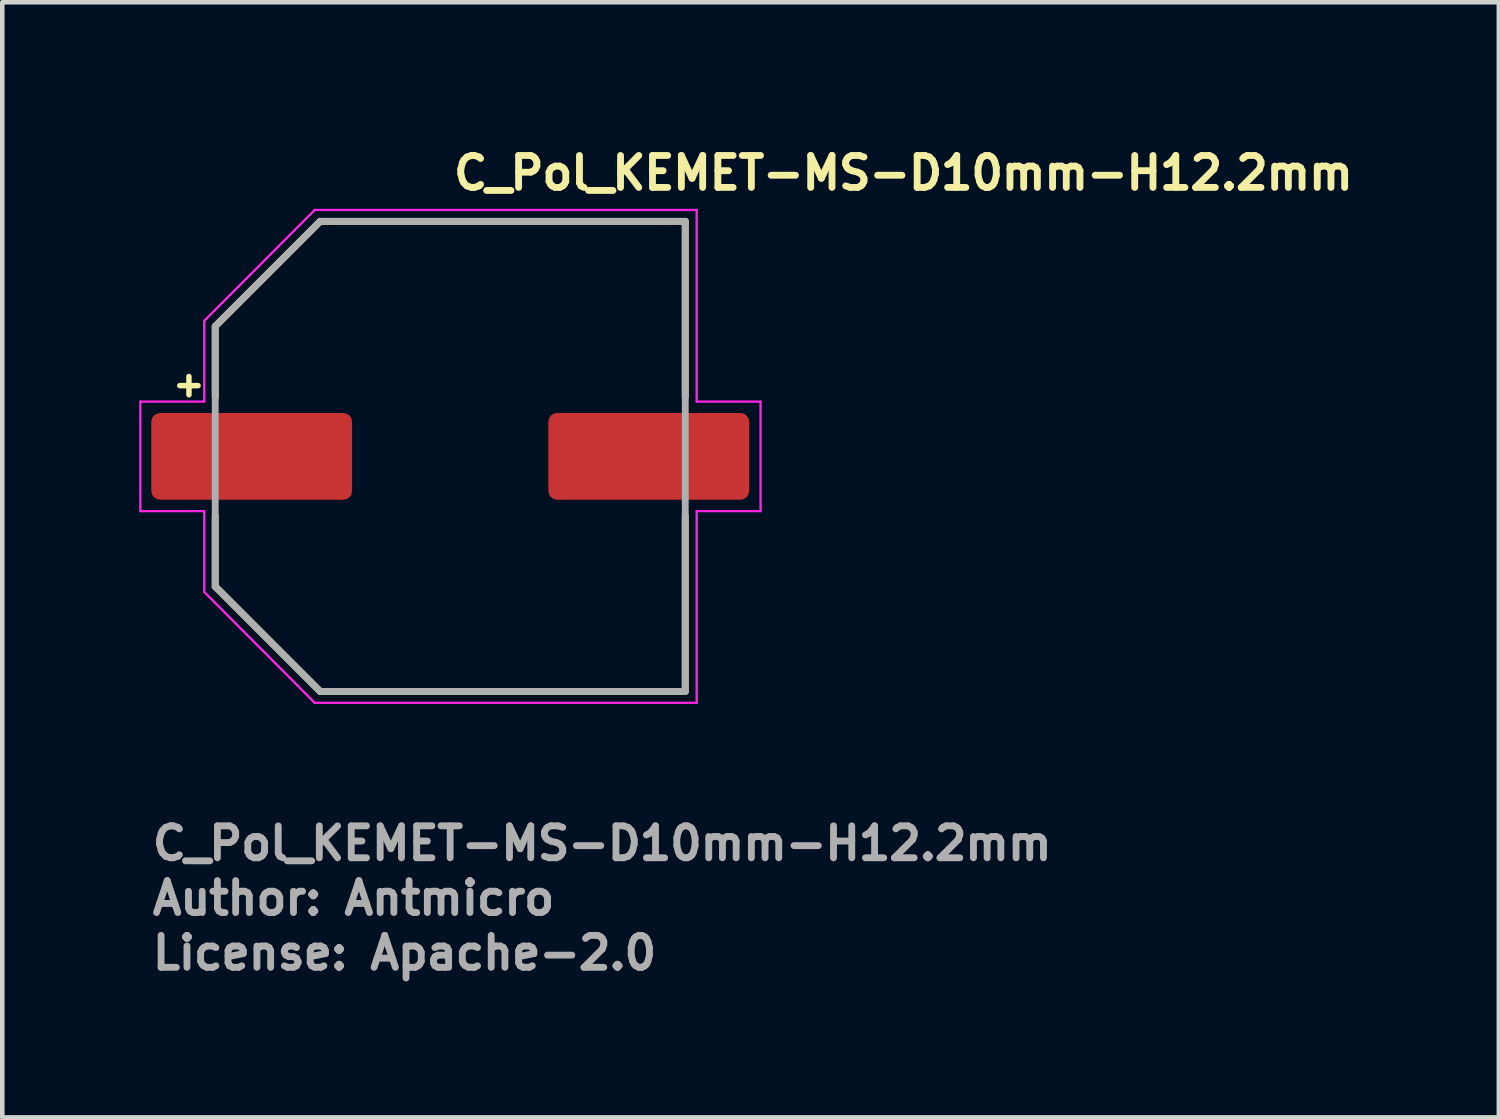
<source format=kicad_pcb>
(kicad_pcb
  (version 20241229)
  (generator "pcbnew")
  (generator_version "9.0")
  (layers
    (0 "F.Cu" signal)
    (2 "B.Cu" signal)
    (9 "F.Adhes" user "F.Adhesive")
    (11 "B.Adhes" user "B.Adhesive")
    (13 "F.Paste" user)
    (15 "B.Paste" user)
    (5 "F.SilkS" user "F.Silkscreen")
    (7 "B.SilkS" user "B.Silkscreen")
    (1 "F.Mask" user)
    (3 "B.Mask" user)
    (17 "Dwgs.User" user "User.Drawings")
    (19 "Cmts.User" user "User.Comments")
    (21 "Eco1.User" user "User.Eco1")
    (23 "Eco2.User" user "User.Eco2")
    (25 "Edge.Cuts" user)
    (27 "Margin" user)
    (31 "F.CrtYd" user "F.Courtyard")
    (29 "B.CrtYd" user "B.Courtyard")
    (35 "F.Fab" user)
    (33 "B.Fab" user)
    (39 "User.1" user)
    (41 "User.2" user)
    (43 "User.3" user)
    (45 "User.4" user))
  (footprint "C_Pol_KEMET-MS-D10mm-H12.2mm"
    (layer "F.Cu")
    (at 6.815 6.95)
    (property "Reference" "C_Pol_KEMET-MS-D10mm-H12.2mm" (at 0 -5.8 0) (layer "F.SilkS") (effects (font (size 0.7 0.7) (thickness 0.15)) (justify left bottom)))
    (attr smd)
    (fp_line (start -5.925 -1.55) (end -5.525 -1.55) (stroke (width 0.12) (type solid)) (layer "F.SilkS"))
    (fp_line (start -5.725 -1.75) (end -5.725 -1.35) (stroke (width 0.12) (type solid)) (layer "F.SilkS"))
    (fp_line (start -5.149 -2.85) (end -2.85 -5.15) (stroke (width 0.15) (type solid)) (layer "F.SilkS"))
    (fp_line (start -5.149 -1.3) (end -5.149 -2.85) (stroke (width 0.15) (type solid)) (layer "F.SilkS"))
    (fp_line (start -5.149 2.85) (end -5.149 1.3) (stroke (width 0.15) (type solid)) (layer "F.SilkS"))
    (fp_line (start -2.85 -5.15) (end 5.15 -5.15) (stroke (width 0.15) (type solid)) (layer "F.SilkS"))
    (fp_line (start -2.85 5.15) (end -5.149 2.85) (stroke (width 0.15) (type solid)) (layer "F.SilkS"))
    (fp_line (start 5.15 -5.15) (end 5.15 -1.3) (stroke (width 0.15) (type solid)) (layer "F.SilkS"))
    (fp_line (start 5.15 1.3) (end 5.15 5.15) (stroke (width 0.15) (type solid)) (layer "F.SilkS"))
    (fp_line (start 5.15 5.15) (end -2.85 5.15) (stroke (width 0.15) (type solid)) (layer "F.SilkS"))
    (fp_line (start -6.79 -1.2) (end -5.39 -1.2) (stroke (width 0.05) (type solid)) (layer "F.CrtYd"))
    (fp_line (start -6.79 1.2) (end -6.79 -1.2) (stroke (width 0.05) (type solid)) (layer "F.CrtYd"))
    (fp_line (start -5.39 -2.97) (end -2.97 -5.4) (stroke (width 0.05) (type solid)) (layer "F.CrtYd"))
    (fp_line (start -5.39 -1.2) (end -5.39 -2.97) (stroke (width 0.05) (type solid)) (layer "F.CrtYd"))
    (fp_line (start -5.39 1.2) (end -6.79 1.2) (stroke (width 0.05) (type solid)) (layer "F.CrtYd"))
    (fp_line (start -5.39 2.97) (end -5.39 1.2) (stroke (width 0.05) (type solid)) (layer "F.CrtYd"))
    (fp_line (start -2.97 -5.4) (end 5.4 -5.4) (stroke (width 0.05) (type solid)) (layer "F.CrtYd"))
    (fp_line (start -2.97 5.4) (end -5.39 2.97) (stroke (width 0.05) (type solid)) (layer "F.CrtYd"))
    (fp_line (start 5.4 -5.4) (end 5.4 -1.2) (stroke (width 0.05) (type solid)) (layer "F.CrtYd"))
    (fp_line (start 5.4 -1.2) (end 6.8 -1.2) (stroke (width 0.05) (type solid)) (layer "F.CrtYd"))
    (fp_line (start 5.4 1.2) (end 5.4 5.4) (stroke (width 0.05) (type solid)) (layer "F.CrtYd"))
    (fp_line (start 5.4 5.4) (end -2.97 5.4) (stroke (width 0.05) (type solid)) (layer "F.CrtYd"))
    (fp_line (start 6.8 -1.2) (end 6.8 1.2) (stroke (width 0.05) (type solid)) (layer "F.CrtYd"))
    (fp_line (start 6.8 1.2) (end 5.4 1.2) (stroke (width 0.05) (type solid)) (layer "F.CrtYd"))
    (fp_line (start -5.149 -2.85) (end -2.85 -5.15) (stroke (width 0.15) (type solid)) (layer "F.Fab"))
    (fp_line (start -5.149 2.85) (end -5.149 -2.85) (stroke (width 0.15) (type solid)) (layer "F.Fab"))
    (fp_line (start -2.85 -5.15) (end 5.15 -5.15) (stroke (width 0.15) (type solid)) (layer "F.Fab"))
    (fp_line (start -2.85 5.15) (end -5.149 2.85) (stroke (width 0.15) (type solid)) (layer "F.Fab"))
    (fp_line (start 5.15 -5.15) (end 5.15 5.15) (stroke (width 0.15) (type solid)) (layer "F.Fab"))
    (fp_line (start 5.15 5.15) (end -2.85 5.15) (stroke (width 0.15) (type solid)) (layer "F.Fab"))
    (fp_line (start -5.149 -2.85) (end -2.85 -5.15) (stroke (width 0.15) (type solid)) (layer "User.5"))
    (fp_line (start -5.149 2.85) (end -5.149 -2.85) (stroke (width 0.15) (type solid)) (layer "User.5"))
    (fp_line (start -2.85 -5.15) (end 5.15 -5.15) (stroke (width 0.15) (type solid)) (layer "User.5"))
    (fp_line (start -2.85 5.15) (end -5.149 2.85) (stroke (width 0.15) (type solid)) (layer "User.5"))
    (fp_line (start 5.15 -5.15) (end 5.15 5.15) (stroke (width 0.15) (type solid)) (layer "User.5"))
    (fp_line (start 5.15 5.15) (end -2.85 5.15) (stroke (width 0.15) (type solid)) (layer "User.5"))
    (fp_line (start -5.499 -0.5) (end -5.499 0.5) (stroke (width 0.02) (type solid)) (layer "User.9"))
    (fp_line (start -5.499 -0.5) (end -5.149 -0.5) (stroke (width 0.02) (type solid)) (layer "User.9"))
    (fp_line (start -5.499 0.5) (end -5.149 0.5) (stroke (width 0.02) (type solid)) (layer "User.9"))
    (fp_line (start -5.149 -2.9) (end -5.128 -2.891) (stroke (width 0.02) (type solid)) (layer "User.9"))
    (fp_line (start -5.149 -2.9) (end -2.9 -5.15) (stroke (width 0.02) (type solid)) (layer "User.9"))
    (fp_line (start -5.149 2.9) (end -5.149 -2.9) (stroke (width 0.02) (type solid)) (layer "User.9"))
    (fp_line (start -5.149 2.9) (end -5.128 2.891) (stroke (width 0.02) (type solid)) (layer "User.9"))
    (fp_line (start -5.135 -1.5) (end -5.134 -1.52) (stroke (width 0.02) (type solid)) (layer "User.9"))
    (fp_line (start -5.135 -1.5) (end -4.768 -1.5) (stroke (width 0.02) (type solid)) (layer "User.9"))
    (fp_line (start -5.135 1.5) (end -5.135 -1.5) (stroke (width 0.02) (type solid)) (layer "User.9"))
    (fp_line (start -5.135 1.5) (end -4.768 1.5) (stroke (width 0.02) (type solid)) (layer "User.9"))
    (fp_line (start -5.134 -1.52) (end -5.132 -1.546) (stroke (width 0.02) (type solid)) (layer "User.9"))
    (fp_line (start -5.134 1.52) (end -5.135 1.5) (stroke (width 0.02) (type solid)) (layer "User.9"))
    (fp_line (start -5.132 -1.546) (end -5.131 -1.576) (stroke (width 0.02) (type solid)) (layer "User.9"))
    (fp_line (start -5.132 1.546) (end -5.134 1.52) (stroke (width 0.02) (type solid)) (layer "User.9"))
    (fp_line (start -5.131 -1.576) (end -5.13 -1.61) (stroke (width 0.02) (type solid)) (layer "User.9"))
    (fp_line (start -5.13 -1.61) (end -5.128 -1.683) (stroke (width 0.02) (type solid)) (layer "User.9"))
    (fp_line (start -5.13 1.61) (end -5.132 1.546) (stroke (width 0.02) (type solid)) (layer "User.9"))
    (fp_line (start -5.128 -2.891) (end -2.891 -5.129) (stroke (width 0.02) (type solid)) (layer "User.9"))
    (fp_line (start -5.128 -1.759) (end -5.128 -2.891) (stroke (width 0.02) (type solid)) (layer "User.9"))
    (fp_line (start -5.128 -1.683) (end -5.128 -1.759) (stroke (width 0.02) (type solid)) (layer "User.9"))
    (fp_line (start -5.128 1.683) (end -5.13 1.61) (stroke (width 0.02) (type solid)) (layer "User.9"))
    (fp_line (start -5.128 1.759) (end -5.128 1.683) (stroke (width 0.02) (type solid)) (layer "User.9"))
    (fp_line (start -5.128 2.891) (end -5.128 1.759) (stroke (width 0.02) (type solid)) (layer "User.9"))
    (fp_line (start -4.999 0) (end -4.987 -0.333) (stroke (width 0.02) (type solid)) (layer "User.9"))
    (fp_line (start -4.996 0.167) (end -4.999 0) (stroke (width 0.02) (type solid)) (layer "User.9"))
    (fp_line (start -4.987 -0.333) (end -4.955 -0.662) (stroke (width 0.02) (type solid)) (layer "User.9"))
    (fp_line (start -4.987 0.333) (end -4.996 0.167) (stroke (width 0.02) (type solid)) (layer "User.9"))
    (fp_line (start -4.975 0.498) (end -4.987 0.333) (stroke (width 0.02) (type solid)) (layer "User.9"))
    (fp_line (start -4.955 -0.662) (end -4.9 -0.986) (stroke (width 0.02) (type solid)) (layer "User.9"))
    (fp_line (start -4.955 0.662) (end -4.975 0.498) (stroke (width 0.02) (type solid)) (layer "User.9"))
    (fp_line (start -4.93 0.825) (end -4.955 0.662) (stroke (width 0.02) (type solid)) (layer "User.9"))
    (fp_line (start -4.9 -0.986) (end -4.825 -1.304) (stroke (width 0.02) (type solid)) (layer "User.9"))
    (fp_line (start -4.9 0.986) (end -4.93 0.825) (stroke (width 0.02) (type solid)) (layer "User.9"))
    (fp_line (start -4.865 1.146) (end -4.9 0.986) (stroke (width 0.02) (type solid)) (layer "User.9"))
    (fp_line (start -4.825 -1.304) (end -4.73 -1.615) (stroke (width 0.02) (type solid)) (layer "User.9"))
    (fp_line (start -4.825 1.304) (end -4.865 1.146) (stroke (width 0.02) (type solid)) (layer "User.9"))
    (fp_line (start -4.78 1.461) (end -4.825 1.304) (stroke (width 0.02) (type solid)) (layer "User.9"))
    (fp_line (start -4.73 -1.615) (end -4.615 -1.919) (stroke (width 0.02) (type solid)) (layer "User.9"))
    (fp_line (start -4.73 1.615) (end -4.78 1.461) (stroke (width 0.02) (type solid)) (layer "User.9"))
    (fp_line (start -4.675 1.768) (end -4.73 1.615) (stroke (width 0.02) (type solid)) (layer "User.9"))
    (fp_line (start -4.615 -1.919) (end -4.481 -2.214) (stroke (width 0.02) (type solid)) (layer "User.9"))
    (fp_line (start -4.615 1.919) (end -4.675 1.768) (stroke (width 0.02) (type solid)) (layer "User.9"))
    (fp_line (start -4.551 2.068) (end -4.615 1.919) (stroke (width 0.02) (type solid)) (layer "User.9"))
    (fp_line (start -4.481 -2.214) (end -4.33 -2.5) (stroke (width 0.02) (type solid)) (layer "User.9"))
    (fp_line (start -4.481 2.214) (end -4.551 2.068) (stroke (width 0.02) (type solid)) (layer "User.9"))
    (fp_line (start -4.407 2.358) (end -4.481 2.214) (stroke (width 0.02) (type solid)) (layer "User.9"))
    (fp_line (start -4.33 -2.5) (end -4.159 -2.774) (stroke (width 0.02) (type solid)) (layer "User.9"))
    (fp_line (start -4.33 2.5) (end -4.407 2.358) (stroke (width 0.02) (type solid)) (layer "User.9"))
    (fp_line (start -4.246 2.638) (end -4.33 2.5) (stroke (width 0.02) (type solid)) (layer "User.9"))
    (fp_line (start -4.159 -2.774) (end -3.97 -3.038) (stroke (width 0.02) (type solid)) (layer "User.9"))
    (fp_line (start -4.159 2.774) (end -4.246 2.638) (stroke (width 0.02) (type solid)) (layer "User.9"))
    (fp_line (start -4.067 2.908) (end -4.159 2.774) (stroke (width 0.02) (type solid)) (layer "User.9"))
    (fp_line (start -3.97 -3.038) (end -3.765 -3.289) (stroke (width 0.02) (type solid)) (layer "User.9"))
    (fp_line (start -3.97 3.038) (end -4.067 2.908) (stroke (width 0.02) (type solid)) (layer "User.9"))
    (fp_line (start -3.87 3.165) (end -3.97 3.038) (stroke (width 0.02) (type solid)) (layer "User.9"))
    (fp_line (start -3.765 -3.289) (end -3.543 -3.527) (stroke (width 0.02) (type solid)) (layer "User.9"))
    (fp_line (start -3.765 3.289) (end -3.87 3.165) (stroke (width 0.02) (type solid)) (layer "User.9"))
    (fp_line (start -3.656 3.41) (end -3.765 3.289) (stroke (width 0.02) (type solid)) (layer "User.9"))
    (fp_line (start -3.543 -3.527) (end -3.305 -3.751) (stroke (width 0.02) (type solid)) (layer "User.9"))
    (fp_line (start -3.543 3.527) (end -3.656 3.41) (stroke (width 0.02) (type solid)) (layer "User.9"))
    (fp_line (start -3.426 3.641) (end -3.543 3.527) (stroke (width 0.02) (type solid)) (layer "User.9"))
    (fp_line (start -3.305 -3.751) (end -3.051 -3.96) (stroke (width 0.02) (type solid)) (layer "User.9"))
    (fp_line (start -3.305 3.751) (end -3.426 3.641) (stroke (width 0.02) (type solid)) (layer "User.9"))
    (fp_line (start -3.18 3.858) (end -3.305 3.751) (stroke (width 0.02) (type solid)) (layer "User.9"))
    (fp_line (start -3.051 -3.96) (end -2.783 -4.153) (stroke (width 0.02) (type solid)) (layer "User.9"))
    (fp_line (start -3.051 3.96) (end -3.18 3.858) (stroke (width 0.02) (type solid)) (layer "User.9"))
    (fp_line (start -2.919 4.059) (end -3.051 3.96) (stroke (width 0.02) (type solid)) (layer "User.9"))
    (fp_line (start -2.9 -5.15) (end -2.891 -5.129) (stroke (width 0.02) (type solid)) (layer "User.9"))
    (fp_line (start -2.9 -5.15) (end -1.5 -5.15) (stroke (width 0.02) (type solid)) (layer "User.9"))
    (fp_line (start -2.9 5.15) (end -5.149 2.9) (stroke (width 0.02) (type solid)) (layer "User.9"))
    (fp_line (start -2.9 5.15) (end -2.891 5.129) (stroke (width 0.02) (type solid)) (layer "User.9"))
    (fp_line (start -2.891 -5.129) (end -1.805 -5.129) (stroke (width 0.02) (type solid)) (layer "User.9"))
    (fp_line (start -2.891 5.129) (end -5.128 2.891) (stroke (width 0.02) (type solid)) (layer "User.9"))
    (fp_line (start -2.783 -4.153) (end -2.5 -4.33) (stroke (width 0.02) (type solid)) (layer "User.9"))
    (fp_line (start -2.783 4.153) (end -2.919 4.059) (stroke (width 0.02) (type solid)) (layer "User.9"))
    (fp_line (start -2.643 4.244) (end -2.783 4.153) (stroke (width 0.02) (type solid)) (layer "User.9"))
    (fp_line (start -2.5 -4.33) (end -2.5 -4.33) (stroke (width 0.02) (type solid)) (layer "User.9"))
    (fp_line (start -2.5 -4.33) (end -2.205 -4.487) (stroke (width 0.02) (type solid)) (layer "User.9"))
    (fp_line (start -2.5 4.33) (end -2.643 4.244) (stroke (width 0.02) (type solid)) (layer "User.9"))
    (fp_line (start -2.5 4.33) (end -2.5 4.33) (stroke (width 0.02) (type solid)) (layer "User.9"))
    (fp_line (start -2.205 -4.487) (end -1.904 -4.623) (stroke (width 0.02) (type solid)) (layer "User.9"))
    (fp_line (start -2.205 4.487) (end -2.5 4.33) (stroke (width 0.02) (type solid)) (layer "User.9"))
    (fp_line (start -1.904 -4.623) (end -1.596 -4.738) (stroke (width 0.02) (type solid)) (layer "User.9"))
    (fp_line (start -1.904 4.623) (end -2.205 4.487) (stroke (width 0.02) (type solid)) (layer "User.9"))
    (fp_line (start -1.805 -5.129) (end -1.752 -5.129) (stroke (width 0.02) (type solid)) (layer "User.9"))
    (fp_line (start -1.805 5.129) (end -2.891 5.129) (stroke (width 0.02) (type solid)) (layer "User.9"))
    (fp_line (start -1.752 -5.129) (end -1.698 -5.13) (stroke (width 0.02) (type solid)) (layer "User.9"))
    (fp_line (start -1.752 5.129) (end -1.805 5.129) (stroke (width 0.02) (type solid)) (layer "User.9"))
    (fp_line (start -1.698 -5.13) (end -1.646 -5.131) (stroke (width 0.02) (type solid)) (layer "User.9"))
    (fp_line (start -1.698 5.13) (end -1.752 5.129) (stroke (width 0.02) (type solid)) (layer "User.9"))
    (fp_line (start -1.646 -5.131) (end -1.599 -5.133) (stroke (width 0.02) (type solid)) (layer "User.9"))
    (fp_line (start -1.646 5.131) (end -1.698 5.13) (stroke (width 0.02) (type solid)) (layer "User.9"))
    (fp_line (start -1.599 -5.133) (end -1.599 -5.133) (stroke (width 0.02) (type solid)) (layer "User.9"))
    (fp_line (start -1.599 -5.133) (end -1.578 -5.134) (stroke (width 0.02) (type solid)) (layer "User.9"))
    (fp_line (start -1.599 5.133) (end -1.646 5.131) (stroke (width 0.02) (type solid)) (layer "User.9"))
    (fp_line (start -1.599 5.133) (end -1.599 5.133) (stroke (width 0.02) (type solid)) (layer "User.9"))
    (fp_line (start -1.596 -4.738) (end -1.283 -4.832) (stroke (width 0.02) (type solid)) (layer "User.9"))
    (fp_line (start -1.596 4.738) (end -1.904 4.623) (stroke (width 0.02) (type solid)) (layer "User.9"))
    (fp_line (start -1.578 -5.134) (end -1.56 -5.135) (stroke (width 0.02) (type solid)) (layer "User.9"))
    (fp_line (start -1.578 5.134) (end -1.599 5.133) (stroke (width 0.02) (type solid)) (layer "User.9"))
    (fp_line (start -1.56 -5.135) (end -1.544 -5.137) (stroke (width 0.02) (type solid)) (layer "User.9"))
    (fp_line (start -1.56 5.135) (end -1.578 5.134) (stroke (width 0.02) (type solid)) (layer "User.9"))
    (fp_line (start -1.544 -5.137) (end -1.531 -5.138) (stroke (width 0.02) (type solid)) (layer "User.9"))
    (fp_line (start -1.544 5.137) (end -1.56 5.135) (stroke (width 0.02) (type solid)) (layer "User.9"))
    (fp_line (start -1.537 5.137) (end -1.544 5.137) (stroke (width 0.02) (type solid)) (layer "User.9"))
    (fp_line (start -1.531 -5.138) (end -1.521 -5.139) (stroke (width 0.02) (type solid)) (layer "User.9"))
    (fp_line (start -1.531 5.138) (end -1.537 5.137) (stroke (width 0.02) (type solid)) (layer "User.9"))
    (fp_line (start -1.526 5.139) (end -1.531 5.138) (stroke (width 0.02) (type solid)) (layer "User.9"))
    (fp_line (start -1.521 -5.139) (end -1.513 -5.141) (stroke (width 0.02) (type solid)) (layer "User.9"))
    (fp_line (start -1.521 5.139) (end -1.526 5.139) (stroke (width 0.02) (type solid)) (layer "User.9"))
    (fp_line (start -1.517 5.14) (end -1.521 5.139) (stroke (width 0.02) (type solid)) (layer "User.9"))
    (fp_line (start -1.513 -5.141) (end -1.51 -5.141) (stroke (width 0.02) (type solid)) (layer "User.9"))
    (fp_line (start -1.513 5.141) (end -1.517 5.14) (stroke (width 0.02) (type solid)) (layer "User.9"))
    (fp_line (start -1.51 -5.141) (end -1.508 -5.142) (stroke (width 0.02) (type solid)) (layer "User.9"))
    (fp_line (start -1.51 5.141) (end -1.513 5.141) (stroke (width 0.02) (type solid)) (layer "User.9"))
    (fp_line (start -1.508 -5.142) (end -1.506 -5.143) (stroke (width 0.02) (type solid)) (layer "User.9"))
    (fp_line (start -1.508 5.142) (end -1.51 5.141) (stroke (width 0.02) (type solid)) (layer "User.9"))
    (fp_line (start -1.507 5.142) (end -1.508 5.142) (stroke (width 0.02) (type solid)) (layer "User.9"))
    (fp_line (start -1.506 -5.143) (end -1.506 -5.143) (stroke (width 0.02) (type solid)) (layer "User.9"))
    (fp_line (start -1.506 5.143) (end -1.507 5.142) (stroke (width 0.02) (type solid)) (layer "User.9"))
    (fp_line (start -1.506 5.143) (end -1.506 5.143) (stroke (width 0.02) (type solid)) (layer "User.9"))
    (fp_line (start -1.506 5.143) (end -1.506 5.143) (stroke (width 0.02) (type solid)) (layer "User.9"))
    (fp_line (start -1.506 5.143) (end -1.5 5.15) (stroke (width 0.02) (type solid)) (layer "User.9"))
    (fp_line (start -1.504 -5.129) (end -1.504 -5.129) (stroke (width 0.02) (type solid)) (layer "User.9"))
    (fp_line (start -1.504 -5.129) (end -1.504 -5.129) (stroke (width 0.02) (type solid)) (layer "User.9"))
    (fp_line (start -1.504 -5.129) (end -1.503 -5.129) (stroke (width 0.02) (type solid)) (layer "User.9"))
    (fp_line (start -1.504 5.129) (end -1.504 5.129) (stroke (width 0.02) (type solid)) (layer "User.9"))
    (fp_line (start -1.504 5.129) (end -1.504 5.129) (stroke (width 0.02) (type solid)) (layer "User.9"))
    (fp_line (start -1.503 -5.129) (end -1.5 -5.128) (stroke (width 0.02) (type solid)) (layer "User.9"))
    (fp_line (start -1.503 5.129) (end -1.504 5.129) (stroke (width 0.02) (type solid)) (layer "User.9"))
    (fp_line (start -1.5 -5.15) (end -1.506 -5.143) (stroke (width 0.02) (type solid)) (layer "User.9"))
    (fp_line (start -1.5 -5.15) (end -1.5 -5.128) (stroke (width 0.02) (type solid)) (layer "User.9"))
    (fp_line (start -1.5 -5.128) (end -1.496 -5.128) (stroke (width 0.02) (type solid)) (layer "User.9"))
    (fp_line (start -1.5 5.128) (end -1.5 5.15) (stroke (width 0.02) (type solid)) (layer "User.9"))
    (fp_line (start -1.5 5.15) (end -2.9 5.15) (stroke (width 0.02) (type solid)) (layer "User.9"))
    (fp_line (start -1.496 -5.128) (end -1.486 -5.127) (stroke (width 0.02) (type solid)) (layer "User.9"))
    (fp_line (start -1.496 5.128) (end -1.503 5.129) (stroke (width 0.02) (type solid)) (layer "User.9"))
    (fp_line (start -1.486 -5.127) (end -1.473 -5.126) (stroke (width 0.02) (type solid)) (layer "User.9"))
    (fp_line (start -1.486 5.127) (end -1.496 5.128) (stroke (width 0.02) (type solid)) (layer "User.9"))
    (fp_line (start -1.473 -5.126) (end -1.458 -5.125) (stroke (width 0.02) (type solid)) (layer "User.9"))
    (fp_line (start -1.473 5.126) (end -1.486 5.127) (stroke (width 0.02) (type solid)) (layer "User.9"))
    (fp_line (start -1.458 -5.125) (end -1.441 -5.125) (stroke (width 0.02) (type solid)) (layer "User.9"))
    (fp_line (start -1.458 5.125) (end -1.473 5.126) (stroke (width 0.02) (type solid)) (layer "User.9"))
    (fp_line (start -1.441 -5.125) (end -1.423 -5.125) (stroke (width 0.02) (type solid)) (layer "User.9"))
    (fp_line (start -1.441 5.125) (end -1.458 5.125) (stroke (width 0.02) (type solid)) (layer "User.9"))
    (fp_line (start -1.423 -5.125) (end -1.405 -5.125) (stroke (width 0.02) (type solid)) (layer "User.9"))
    (fp_line (start -1.423 5.125) (end -1.441 5.125) (stroke (width 0.02) (type solid)) (layer "User.9"))
    (fp_line (start -1.405 -5.125) (end 1.405 -5.125) (stroke (width 0.02) (type solid)) (layer "User.9"))
    (fp_line (start -1.405 5.125) (end -1.423 5.125) (stroke (width 0.02) (type solid)) (layer "User.9"))
    (fp_line (start -1.283 -4.832) (end -0.966 -4.905) (stroke (width 0.02) (type solid)) (layer "User.9"))
    (fp_line (start -1.283 4.832) (end -1.596 4.738) (stroke (width 0.02) (type solid)) (layer "User.9"))
    (fp_line (start -0.966 -4.905) (end -0.646 -4.958) (stroke (width 0.02) (type solid)) (layer "User.9"))
    (fp_line (start -0.966 4.905) (end -1.283 4.832) (stroke (width 0.02) (type solid)) (layer "User.9"))
    (fp_line (start -0.646 -4.958) (end -0.323 -4.989) (stroke (width 0.02) (type solid)) (layer "User.9"))
    (fp_line (start -0.646 4.958) (end -0.966 4.905) (stroke (width 0.02) (type solid)) (layer "User.9"))
    (fp_line (start -0.323 -4.989) (end 0 -5) (stroke (width 0.02) (type solid)) (layer "User.9"))
    (fp_line (start -0.323 4.989) (end -0.646 4.958) (stroke (width 0.02) (type solid)) (layer "User.9"))
    (fp_line (start 0 -5) (end 0.323 -4.989) (stroke (width 0.02) (type solid)) (layer "User.9"))
    (fp_line (start 0 5) (end -0.323 4.989) (stroke (width 0.02) (type solid)) (layer "User.9"))
    (fp_line (start 0.323 -4.989) (end 0.646 -4.958) (stroke (width 0.02) (type solid)) (layer "User.9"))
    (fp_line (start 0.323 4.989) (end 0 5) (stroke (width 0.02) (type solid)) (layer "User.9"))
    (fp_line (start 0.646 -4.958) (end 0.966 -4.905) (stroke (width 0.02) (type solid)) (layer "User.9"))
    (fp_line (start 0.646 4.958) (end 0.323 4.989) (stroke (width 0.02) (type solid)) (layer "User.9"))
    (fp_line (start 0.966 -4.905) (end 1.283 -4.832) (stroke (width 0.02) (type solid)) (layer "User.9"))
    (fp_line (start 0.966 4.905) (end 0.646 4.958) (stroke (width 0.02) (type solid)) (layer "User.9"))
    (fp_line (start 1.283 -4.832) (end 1.596 -4.738) (stroke (width 0.02) (type solid)) (layer "User.9"))
    (fp_line (start 1.283 4.832) (end 0.966 4.905) (stroke (width 0.02) (type solid)) (layer "User.9"))
    (fp_line (start 1.405 -5.125) (end 1.423 -5.125) (stroke (width 0.02) (type solid)) (layer "User.9"))
    (fp_line (start 1.405 5.125) (end -1.405 5.125) (stroke (width 0.02) (type solid)) (layer "User.9"))
    (fp_line (start 1.423 -5.125) (end 1.441 -5.125) (stroke (width 0.02) (type solid)) (layer "User.9"))
    (fp_line (start 1.423 5.125) (end 1.405 5.125) (stroke (width 0.02) (type solid)) (layer "User.9"))
    (fp_line (start 1.441 -5.125) (end 1.458 -5.125) (stroke (width 0.02) (type solid)) (layer "User.9"))
    (fp_line (start 1.441 5.125) (end 1.423 5.125) (stroke (width 0.02) (type solid)) (layer "User.9"))
    (fp_line (start 1.458 -5.125) (end 1.473 -5.126) (stroke (width 0.02) (type solid)) (layer "User.9"))
    (fp_line (start 1.458 5.125) (end 1.441 5.125) (stroke (width 0.02) (type solid)) (layer "User.9"))
    (fp_line (start 1.473 -5.126) (end 1.486 -5.127) (stroke (width 0.02) (type solid)) (layer "User.9"))
    (fp_line (start 1.473 5.126) (end 1.458 5.125) (stroke (width 0.02) (type solid)) (layer "User.9"))
    (fp_line (start 1.486 -5.127) (end 1.496 -5.128) (stroke (width 0.02) (type solid)) (layer "User.9"))
    (fp_line (start 1.486 5.127) (end 1.473 5.126) (stroke (width 0.02) (type solid)) (layer "User.9"))
    (fp_line (start 1.496 -5.128) (end 1.503 -5.129) (stroke (width 0.02) (type solid)) (layer "User.9"))
    (fp_line (start 1.496 5.128) (end 1.486 5.127) (stroke (width 0.02) (type solid)) (layer "User.9"))
    (fp_line (start 1.5 -5.15) (end 1.5 -5.128) (stroke (width 0.02) (type solid)) (layer "User.9"))
    (fp_line (start 1.5 5.128) (end 1.496 5.128) (stroke (width 0.02) (type solid)) (layer "User.9"))
    (fp_line (start 1.5 5.128) (end 1.5 5.15) (stroke (width 0.02) (type solid)) (layer "User.9"))
    (fp_line (start 1.5 5.15) (end 1.54 5.109) (stroke (width 0.02) (type solid)) (layer "User.9"))
    (fp_line (start 1.5 5.15) (end 4.65 5.15) (stroke (width 0.02) (type solid)) (layer "User.9"))
    (fp_line (start 1.503 -5.129) (end 1.504 -5.129) (stroke (width 0.02) (type solid)) (layer "User.9"))
    (fp_line (start 1.503 5.129) (end 1.5 5.128) (stroke (width 0.02) (type solid)) (layer "User.9"))
    (fp_line (start 1.504 -5.129) (end 1.504 -5.129) (stroke (width 0.02) (type solid)) (layer "User.9"))
    (fp_line (start 1.504 -5.129) (end 1.504 -5.129) (stroke (width 0.02) (type solid)) (layer "User.9"))
    (fp_line (start 1.504 5.129) (end 1.503 5.129) (stroke (width 0.02) (type solid)) (layer "User.9"))
    (fp_line (start 1.504 5.129) (end 1.504 5.129) (stroke (width 0.02) (type solid)) (layer "User.9"))
    (fp_line (start 1.504 5.129) (end 1.504 5.129) (stroke (width 0.02) (type solid)) (layer "User.9"))
    (fp_line (start 1.524 -4.761) (end 1.54 -4.772) (stroke (width 0.02) (type solid)) (layer "User.9"))
    (fp_line (start 1.54 -5.109) (end 1.5 -5.15) (stroke (width 0.02) (type solid)) (layer "User.9"))
    (fp_line (start 1.54 -5.109) (end 1.54 -5.109) (stroke (width 0.02) (type solid)) (layer "User.9"))
    (fp_line (start 1.54 -5.109) (end 1.541 -5.109) (stroke (width 0.02) (type solid)) (layer "User.9"))
    (fp_line (start 1.54 -4.772) (end 1.541 -4.773) (stroke (width 0.02) (type solid)) (layer "User.9"))
    (fp_line (start 1.54 4.772) (end 1.524 4.761) (stroke (width 0.02) (type solid)) (layer "User.9"))
    (fp_line (start 1.541 -5.109) (end 1.541 -5.108) (stroke (width 0.02) (type solid)) (layer "User.9"))
    (fp_line (start 1.541 -5.108) (end 1.542 -5.108) (stroke (width 0.02) (type solid)) (layer "User.9"))
    (fp_line (start 1.541 -4.773) (end 1.542 -4.773) (stroke (width 0.02) (type solid)) (layer "User.9"))
    (fp_line (start 1.541 5.109) (end 1.54 5.109) (stroke (width 0.02) (type solid)) (layer "User.9"))
    (fp_line (start 1.542 -5.108) (end 1.544 -5.107) (stroke (width 0.02) (type solid)) (layer "User.9"))
    (fp_line (start 1.542 -4.773) (end 1.548 -4.773) (stroke (width 0.02) (type solid)) (layer "User.9"))
    (fp_line (start 1.542 4.773) (end 1.54 4.772) (stroke (width 0.02) (type solid)) (layer "User.9"))
    (fp_line (start 1.542 5.108) (end 1.541 5.109) (stroke (width 0.02) (type solid)) (layer "User.9"))
    (fp_line (start 1.544 -5.107) (end 1.547 -5.107) (stroke (width 0.02) (type solid)) (layer "User.9"))
    (fp_line (start 1.544 5.107) (end 1.542 5.108) (stroke (width 0.02) (type solid)) (layer "User.9"))
    (fp_line (start 1.547 -5.107) (end 1.551 -5.106) (stroke (width 0.02) (type solid)) (layer "User.9"))
    (fp_line (start 1.547 5.107) (end 1.544 5.107) (stroke (width 0.02) (type solid)) (layer "User.9"))
    (fp_line (start 1.548 -4.773) (end 1.557 -4.772) (stroke (width 0.02) (type solid)) (layer "User.9"))
    (fp_line (start 1.548 4.773) (end 1.542 4.773) (stroke (width 0.02) (type solid)) (layer "User.9"))
    (fp_line (start 1.551 -5.106) (end 1.555 -5.105) (stroke (width 0.02) (type solid)) (layer "User.9"))
    (fp_line (start 1.555 -5.105) (end 1.56 -5.104) (stroke (width 0.02) (type solid)) (layer "User.9"))
    (fp_line (start 1.555 5.105) (end 1.547 5.107) (stroke (width 0.02) (type solid)) (layer "User.9"))
    (fp_line (start 1.557 -4.772) (end 1.568 -4.769) (stroke (width 0.02) (type solid)) (layer "User.9"))
    (fp_line (start 1.56 -5.104) (end 1.565 -5.104) (stroke (width 0.02) (type solid)) (layer "User.9"))
    (fp_line (start 1.565 -5.104) (end 1.571 -5.103) (stroke (width 0.02) (type solid)) (layer "User.9"))
    (fp_line (start 1.565 5.104) (end 1.555 5.105) (stroke (width 0.02) (type solid)) (layer "User.9"))
    (fp_line (start 1.568 -4.769) (end 1.582 -4.766) (stroke (width 0.02) (type solid)) (layer "User.9"))
    (fp_line (start 1.568 4.769) (end 1.548 4.773) (stroke (width 0.02) (type solid)) (layer "User.9"))
    (fp_line (start 1.571 -5.103) (end 1.578 -5.103) (stroke (width 0.02) (type solid)) (layer "User.9"))
    (fp_line (start 1.578 -5.103) (end 1.594 -5.101) (stroke (width 0.02) (type solid)) (layer "User.9"))
    (fp_line (start 1.578 5.103) (end 1.565 5.104) (stroke (width 0.02) (type solid)) (layer "User.9"))
    (fp_line (start 1.582 -4.766) (end 1.598 -4.762) (stroke (width 0.02) (type solid)) (layer "User.9"))
    (fp_line (start 1.594 -5.101) (end 1.612 -5.1) (stroke (width 0.02) (type solid)) (layer "User.9"))
    (fp_line (start 1.594 5.101) (end 1.578 5.103) (stroke (width 0.02) (type solid)) (layer "User.9"))
    (fp_line (start 1.596 -4.738) (end 1.904 -4.623) (stroke (width 0.02) (type solid)) (layer "User.9"))
    (fp_line (start 1.596 4.738) (end 1.283 4.832) (stroke (width 0.02) (type solid)) (layer "User.9"))
    (fp_line (start 1.598 -4.762) (end 1.636 -4.751) (stroke (width 0.02) (type solid)) (layer "User.9"))
    (fp_line (start 1.598 4.762) (end 1.568 4.769) (stroke (width 0.02) (type solid)) (layer "User.9"))
    (fp_line (start 1.612 -5.1) (end 1.633 -5.099) (stroke (width 0.02) (type solid)) (layer "User.9"))
    (fp_line (start 1.612 5.1) (end 1.594 5.101) (stroke (width 0.02) (type solid)) (layer "User.9"))
    (fp_line (start 1.633 -5.099) (end 1.633 -5.099) (stroke (width 0.02) (type solid)) (layer "User.9"))
    (fp_line (start 1.633 -5.099) (end 1.68 -5.097) (stroke (width 0.02) (type solid)) (layer "User.9"))
    (fp_line (start 1.633 5.099) (end 1.612 5.1) (stroke (width 0.02) (type solid)) (layer "User.9"))
    (fp_line (start 1.633 5.099) (end 1.633 5.099) (stroke (width 0.02) (type solid)) (layer "User.9"))
    (fp_line (start 1.636 -4.751) (end 1.681 -4.737) (stroke (width 0.02) (type solid)) (layer "User.9"))
    (fp_line (start 1.637 4.751) (end 1.598 4.762) (stroke (width 0.02) (type solid)) (layer "User.9"))
    (fp_line (start 1.68 -5.097) (end 1.732 -5.096) (stroke (width 0.02) (type solid)) (layer "User.9"))
    (fp_line (start 1.68 5.097) (end 1.633 5.099) (stroke (width 0.02) (type solid)) (layer "User.9"))
    (fp_line (start 1.681 -4.737) (end 1.731 -4.721) (stroke (width 0.02) (type solid)) (layer "User.9"))
    (fp_line (start 1.681 4.737) (end 1.637 4.751) (stroke (width 0.02) (type solid)) (layer "User.9"))
    (fp_line (start 1.731 -4.721) (end 1.757 -4.712) (stroke (width 0.02) (type solid)) (layer "User.9"))
    (fp_line (start 1.731 4.721) (end 1.681 4.737) (stroke (width 0.02) (type solid)) (layer "User.9"))
    (fp_line (start 1.732 -5.096) (end 1.786 -5.095) (stroke (width 0.02) (type solid)) (layer "User.9"))
    (fp_line (start 1.732 5.096) (end 1.68 5.097) (stroke (width 0.02) (type solid)) (layer "User.9"))
    (fp_line (start 1.757 -4.712) (end 1.784 -4.702) (stroke (width 0.02) (type solid)) (layer "User.9"))
    (fp_line (start 1.784 -4.702) (end 1.812 -4.692) (stroke (width 0.02) (type solid)) (layer "User.9"))
    (fp_line (start 1.784 4.702) (end 1.731 4.721) (stroke (width 0.02) (type solid)) (layer "User.9"))
    (fp_line (start 1.786 -5.095) (end 1.839 -5.094) (stroke (width 0.02) (type solid)) (layer "User.9"))
    (fp_line (start 1.786 5.095) (end 1.732 5.096) (stroke (width 0.02) (type solid)) (layer "User.9"))
    (fp_line (start 1.812 -4.692) (end 1.839 -4.681) (stroke (width 0.02) (type solid)) (layer "User.9"))
    (fp_line (start 1.839 -5.094) (end 4.65 -5.094) (stroke (width 0.02) (type solid)) (layer "User.9"))
    (fp_line (start 1.839 -4.681) (end 2.08 -4.579) (stroke (width 0.02) (type solid)) (layer "User.9"))
    (fp_line (start 1.839 4.681) (end 1.784 4.702) (stroke (width 0.02) (type solid)) (layer "User.9"))
    (fp_line (start 1.839 5.094) (end 1.786 5.095) (stroke (width 0.02) (type solid)) (layer "User.9"))
    (fp_line (start 1.904 -4.623) (end 2.205 -4.487) (stroke (width 0.02) (type solid)) (layer "User.9"))
    (fp_line (start 1.904 4.623) (end 1.596 4.738) (stroke (width 0.02) (type solid)) (layer "User.9"))
    (fp_line (start 2 -4.363) (end 2.154 -4.289) (stroke (width 0.02) (type solid)) (layer "User.9"))
    (fp_line (start 2.075 4.327) (end 2 4.363) (stroke (width 0.02) (type solid)) (layer "User.9"))
    (fp_line (start 2.08 -4.579) (end 2.314 -4.465) (stroke (width 0.02) (type solid)) (layer "User.9"))
    (fp_line (start 2.08 4.579) (end 1.839 4.681) (stroke (width 0.02) (type solid)) (layer "User.9"))
    (fp_line (start 2.151 4.291) (end 2.075 4.327) (stroke (width 0.02) (type solid)) (layer "User.9"))
    (fp_line (start 2.154 -4.289) (end 2.305 -4.21) (stroke (width 0.02) (type solid)) (layer "User.9"))
    (fp_line (start 2.205 -4.487) (end 2.5 -4.33) (stroke (width 0.02) (type solid)) (layer "User.9"))
    (fp_line (start 2.205 4.487) (end 1.904 4.623) (stroke (width 0.02) (type solid)) (layer "User.9"))
    (fp_line (start 2.225 4.252) (end 2.151 4.291) (stroke (width 0.02) (type solid)) (layer "User.9"))
    (fp_line (start 2.299 4.213) (end 2.225 4.252) (stroke (width 0.02) (type solid)) (layer "User.9"))
    (fp_line (start 2.305 -4.21) (end 2.454 -4.125) (stroke (width 0.02) (type solid)) (layer "User.9"))
    (fp_line (start 2.314 -4.465) (end 2.541 -4.34) (stroke (width 0.02) (type solid)) (layer "User.9"))
    (fp_line (start 2.314 4.465) (end 2.08 4.579) (stroke (width 0.02) (type solid)) (layer "User.9"))
    (fp_line (start 2.372 4.172) (end 2.299 4.213) (stroke (width 0.02) (type solid)) (layer "User.9"))
    (fp_line (start 2.445 4.13) (end 2.372 4.172) (stroke (width 0.02) (type solid)) (layer "User.9"))
    (fp_line (start 2.454 -4.125) (end 2.599 -4.033) (stroke (width 0.02) (type solid)) (layer "User.9"))
    (fp_line (start 2.5 -4.33) (end 2.5 -4.33) (stroke (width 0.02) (type solid)) (layer "User.9"))
    (fp_line (start 2.5 -4.33) (end 2.643 -4.244) (stroke (width 0.02) (type solid)) (layer "User.9"))
    (fp_line (start 2.5 4.33) (end 2.205 4.487) (stroke (width 0.02) (type solid)) (layer "User.9"))
    (fp_line (start 2.5 4.33) (end 2.5 4.33) (stroke (width 0.02) (type solid)) (layer "User.9"))
    (fp_line (start 2.516 4.086) (end 2.445 4.13) (stroke (width 0.02) (type solid)) (layer "User.9"))
    (fp_line (start 2.541 -4.34) (end 2.76 -4.204) (stroke (width 0.02) (type solid)) (layer "User.9"))
    (fp_line (start 2.541 4.34) (end 2.314 4.465) (stroke (width 0.02) (type solid)) (layer "User.9"))
    (fp_line (start 2.587 4.041) (end 2.516 4.086) (stroke (width 0.02) (type solid)) (layer "User.9"))
    (fp_line (start 2.587 4.041) (end 2.587 4.041) (stroke (width 0.02) (type solid)) (layer "User.9"))
    (fp_line (start 2.599 -4.033) (end 2.742 -3.939) (stroke (width 0.02) (type solid)) (layer "User.9"))
    (fp_line (start 2.617 4.024) (end 2.587 4.041) (stroke (width 0.02) (type solid)) (layer "User.9"))
    (fp_line (start 2.643 -4.244) (end 2.783 -4.153) (stroke (width 0.02) (type solid)) (layer "User.9"))
    (fp_line (start 2.647 4.004) (end 2.617 4.024) (stroke (width 0.02) (type solid)) (layer "User.9"))
    (fp_line (start 2.713 3.959) (end 2.647 4.004) (stroke (width 0.02) (type solid)) (layer "User.9"))
    (fp_line (start 2.742 -3.939) (end 2.88 -3.839) (stroke (width 0.02) (type solid)) (layer "User.9"))
    (fp_line (start 2.76 -4.204) (end 2.972 -4.057) (stroke (width 0.02) (type solid)) (layer "User.9"))
    (fp_line (start 2.76 4.204) (end 2.541 4.34) (stroke (width 0.02) (type solid)) (layer "User.9"))
    (fp_line (start 2.783 -4.153) (end 2.919 -4.059) (stroke (width 0.02) (type solid)) (layer "User.9"))
    (fp_line (start 2.783 4.153) (end 2.5 4.33) (stroke (width 0.02) (type solid)) (layer "User.9"))
    (fp_line (start 2.785 3.909) (end 2.713 3.959) (stroke (width 0.02) (type solid)) (layer "User.9"))
    (fp_line (start 2.863 3.852) (end 2.785 3.909) (stroke (width 0.02) (type solid)) (layer "User.9"))
    (fp_line (start 2.863 3.852) (end 2.863 3.852) (stroke (width 0.02) (type solid)) (layer "User.9"))
    (fp_line (start 2.88 -3.839) (end 3.015 -3.734) (stroke (width 0.02) (type solid)) (layer "User.9"))
    (fp_line (start 2.892 3.83) (end 2.863 3.852) (stroke (width 0.02) (type solid)) (layer "User.9"))
    (fp_line (start 2.919 -4.059) (end 3.051 -3.96) (stroke (width 0.02) (type solid)) (layer "User.9"))
    (fp_line (start 2.92 3.808) (end 2.892 3.83) (stroke (width 0.02) (type solid)) (layer "User.9"))
    (fp_line (start 2.971 3.769) (end 2.92 3.808) (stroke (width 0.02) (type solid)) (layer "User.9"))
    (fp_line (start 2.972 -4.057) (end 3.175 -3.9) (stroke (width 0.02) (type solid)) (layer "User.9"))
    (fp_line (start 2.972 4.057) (end 2.76 4.204) (stroke (width 0.02) (type solid)) (layer "User.9"))
    (fp_line (start 3.014 3.735) (end 2.971 3.769) (stroke (width 0.02) (type solid)) (layer "User.9"))
    (fp_line (start 3.015 -3.734) (end 3.146 -3.624) (stroke (width 0.02) (type solid)) (layer "User.9"))
    (fp_line (start 3.05 3.706) (end 3.014 3.735) (stroke (width 0.02) (type solid)) (layer "User.9"))
    (fp_line (start 3.051 -3.96) (end 3.18 -3.858) (stroke (width 0.02) (type solid)) (layer "User.9"))
    (fp_line (start 3.051 3.96) (end 2.783 4.153) (stroke (width 0.02) (type solid)) (layer "User.9"))
    (fp_line (start 3.079 3.682) (end 3.05 3.706) (stroke (width 0.02) (type solid)) (layer "User.9"))
    (fp_line (start 3.101 3.663) (end 3.079 3.682) (stroke (width 0.02) (type solid)) (layer "User.9"))
    (fp_line (start 3.125 3.642) (end 3.101 3.663) (stroke (width 0.02) (type solid)) (layer "User.9"))
    (fp_line (start 3.125 3.642) (end 3.125 3.642) (stroke (width 0.02) (type solid)) (layer "User.9"))
    (fp_line (start 3.146 -3.624) (end 3.274 -3.509) (stroke (width 0.02) (type solid)) (layer "User.9"))
    (fp_line (start 3.175 -3.9) (end 3.37 -3.733) (stroke (width 0.02) (type solid)) (layer "User.9"))
    (fp_line (start 3.175 3.9) (end 2.972 4.057) (stroke (width 0.02) (type solid)) (layer "User.9"))
    (fp_line (start 3.18 -3.858) (end 3.305 -3.751) (stroke (width 0.02) (type solid)) (layer "User.9"))
    (fp_line (start 3.191 3.585) (end 3.125 3.642) (stroke (width 0.02) (type solid)) (layer "User.9"))
    (fp_line (start 3.256 3.527) (end 3.191 3.585) (stroke (width 0.02) (type solid)) (layer "User.9"))
    (fp_line (start 3.274 -3.509) (end 3.397 -3.39) (stroke (width 0.02) (type solid)) (layer "User.9"))
    (fp_line (start 3.305 -3.751) (end 3.426 -3.641) (stroke (width 0.02) (type solid)) (layer "User.9"))
    (fp_line (start 3.305 3.751) (end 3.051 3.96) (stroke (width 0.02) (type solid)) (layer "User.9"))
    (fp_line (start 3.319 3.467) (end 3.256 3.527) (stroke (width 0.02) (type solid)) (layer "User.9"))
    (fp_line (start 3.37 -3.733) (end 3.556 -3.556) (stroke (width 0.02) (type solid)) (layer "User.9"))
    (fp_line (start 3.37 3.733) (end 3.175 3.9) (stroke (width 0.02) (type solid)) (layer "User.9"))
    (fp_line (start 3.382 3.406) (end 3.319 3.467) (stroke (width 0.02) (type solid)) (layer "User.9"))
    (fp_line (start 3.397 -3.39) (end 3.516 -3.267) (stroke (width 0.02) (type solid)) (layer "User.9"))
    (fp_line (start 3.426 -3.641) (end 3.543 -3.527) (stroke (width 0.02) (type solid)) (layer "User.9"))
    (fp_line (start 3.443 3.344) (end 3.382 3.406) (stroke (width 0.02) (type solid)) (layer "User.9"))
    (fp_line (start 3.504 3.281) (end 3.443 3.344) (stroke (width 0.02) (type solid)) (layer "User.9"))
    (fp_line (start 3.516 -3.267) (end 3.63 -3.14) (stroke (width 0.02) (type solid)) (layer "User.9"))
    (fp_line (start 3.543 -3.527) (end 3.656 -3.41) (stroke (width 0.02) (type solid)) (layer "User.9"))
    (fp_line (start 3.543 3.527) (end 3.305 3.751) (stroke (width 0.02) (type solid)) (layer "User.9"))
    (fp_line (start 3.556 -3.556) (end 3.733 -3.37) (stroke (width 0.02) (type solid)) (layer "User.9"))
    (fp_line (start 3.556 3.556) (end 3.37 3.733) (stroke (width 0.02) (type solid)) (layer "User.9"))
    (fp_line (start 3.563 3.216) (end 3.504 3.281) (stroke (width 0.02) (type solid)) (layer "User.9"))
    (fp_line (start 3.621 3.151) (end 3.563 3.216) (stroke (width 0.02) (type solid)) (layer "User.9"))
    (fp_line (start 3.63 -3.14) (end 3.74 -3.008) (stroke (width 0.02) (type solid)) (layer "User.9"))
    (fp_line (start 3.656 -3.41) (end 3.765 -3.289) (stroke (width 0.02) (type solid)) (layer "User.9"))
    (fp_line (start 3.677 3.084) (end 3.621 3.151) (stroke (width 0.02) (type solid)) (layer "User.9"))
    (fp_line (start 3.733 -3.37) (end 3.9 -3.175) (stroke (width 0.02) (type solid)) (layer "User.9"))
    (fp_line (start 3.733 3.017) (end 3.677 3.084) (stroke (width 0.02) (type solid)) (layer "User.9"))
    (fp_line (start 3.733 3.37) (end 3.556 3.556) (stroke (width 0.02) (type solid)) (layer "User.9"))
    (fp_line (start 3.74 -3.008) (end 3.844 -2.873) (stroke (width 0.02) (type solid)) (layer "User.9"))
    (fp_line (start 3.765 -3.289) (end 3.87 -3.165) (stroke (width 0.02) (type solid)) (layer "User.9"))
    (fp_line (start 3.765 3.289) (end 3.543 3.527) (stroke (width 0.02) (type solid)) (layer "User.9"))
    (fp_line (start 3.787 2.948) (end 3.733 3.017) (stroke (width 0.02) (type solid)) (layer "User.9"))
    (fp_line (start 3.839 2.879) (end 3.787 2.948) (stroke (width 0.02) (type solid)) (layer "User.9"))
    (fp_line (start 3.844 -2.873) (end 3.944 -2.734) (stroke (width 0.02) (type solid)) (layer "User.9"))
    (fp_line (start 3.87 -3.165) (end 3.97 -3.038) (stroke (width 0.02) (type solid)) (layer "User.9"))
    (fp_line (start 3.892 2.809) (end 3.839 2.879) (stroke (width 0.02) (type solid)) (layer "User.9"))
    (fp_line (start 3.9 -3.175) (end 4.057 -2.972) (stroke (width 0.02) (type solid)) (layer "User.9"))
    (fp_line (start 3.9 3.175) (end 3.733 3.37) (stroke (width 0.02) (type solid)) (layer "User.9"))
    (fp_line (start 3.942 2.737) (end 3.892 2.809) (stroke (width 0.02) (type solid)) (layer "User.9"))
    (fp_line (start 3.944 -2.734) (end 4.039 -2.592) (stroke (width 0.02) (type solid)) (layer "User.9"))
    (fp_line (start 3.97 -3.038) (end 4.067 -2.908) (stroke (width 0.02) (type solid)) (layer "User.9"))
    (fp_line (start 3.97 3.038) (end 3.765 3.289) (stroke (width 0.02) (type solid)) (layer "User.9"))
    (fp_line (start 3.991 2.665) (end 3.942 2.737) (stroke (width 0.02) (type solid)) (layer "User.9"))
    (fp_line (start 4.039 -2.592) (end 4.039 -2.592) (stroke (width 0.02) (type solid)) (layer "User.9"))
    (fp_line (start 4.039 -2.592) (end 4.131 -2.443) (stroke (width 0.02) (type solid)) (layer "User.9"))
    (fp_line (start 4.039 2.592) (end 3.991 2.665) (stroke (width 0.02) (type solid)) (layer "User.9"))
    (fp_line (start 4.039 2.592) (end 4.039 2.592) (stroke (width 0.02) (type solid)) (layer "User.9"))
    (fp_line (start 4.057 -2.972) (end 4.204 -2.76) (stroke (width 0.02) (type solid)) (layer "User.9"))
    (fp_line (start 4.057 2.972) (end 3.9 3.175) (stroke (width 0.02) (type solid)) (layer "User.9"))
    (fp_line (start 4.067 -2.908) (end 4.159 -2.774) (stroke (width 0.02) (type solid)) (layer "User.9"))
    (fp_line (start 4.129 2.446) (end 4.039 2.592) (stroke (width 0.02) (type solid)) (layer "User.9"))
    (fp_line (start 4.131 -2.443) (end 4.217 -2.291) (stroke (width 0.02) (type solid)) (layer "User.9"))
    (fp_line (start 4.159 -2.774) (end 4.246 -2.638) (stroke (width 0.02) (type solid)) (layer "User.9"))
    (fp_line (start 4.159 2.774) (end 3.97 3.038) (stroke (width 0.02) (type solid)) (layer "User.9"))
    (fp_line (start 4.204 -2.76) (end 4.34 -2.541) (stroke (width 0.02) (type solid)) (layer "User.9"))
    (fp_line (start 4.204 2.76) (end 4.057 2.972) (stroke (width 0.02) (type solid)) (layer "User.9"))
    (fp_line (start 4.214 2.297) (end 4.129 2.446) (stroke (width 0.02) (type solid)) (layer "User.9"))
    (fp_line (start 4.217 -2.291) (end 4.298 -2.136) (stroke (width 0.02) (type solid)) (layer "User.9"))
    (fp_line (start 4.246 -2.638) (end 4.33 -2.5) (stroke (width 0.02) (type solid)) (layer "User.9"))
    (fp_line (start 4.293 2.146) (end 4.214 2.297) (stroke (width 0.02) (type solid)) (layer "User.9"))
    (fp_line (start 4.298 -2.136) (end 4.373 -1.978) (stroke (width 0.02) (type solid)) (layer "User.9"))
    (fp_line (start 4.33 -2.5) (end 4.408 -2.358) (stroke (width 0.02) (type solid)) (layer "User.9"))
    (fp_line (start 4.33 2.5) (end 4.159 2.774) (stroke (width 0.02) (type solid)) (layer "User.9"))
    (fp_line (start 4.34 -2.541) (end 4.465 -2.314) (stroke (width 0.02) (type solid)) (layer "User.9"))
    (fp_line (start 4.34 2.541) (end 4.204 2.76) (stroke (width 0.02) (type solid)) (layer "User.9"))
    (fp_line (start 4.367 1.991) (end 4.293 2.146) (stroke (width 0.02) (type solid)) (layer "User.9"))
    (fp_line (start 4.373 -1.978) (end 4.442 -1.818) (stroke (width 0.02) (type solid)) (layer "User.9"))
    (fp_line (start 4.408 -2.358) (end 4.482 -2.214) (stroke (width 0.02) (type solid)) (layer "User.9"))
    (fp_line (start 4.435 1.834) (end 4.367 1.991) (stroke (width 0.02) (type solid)) (layer "User.9"))
    (fp_line (start 4.442 -1.818) (end 4.505 -1.655) (stroke (width 0.02) (type solid)) (layer "User.9"))
    (fp_line (start 4.465 -2.314) (end 4.579 -2.08) (stroke (width 0.02) (type solid)) (layer "User.9"))
    (fp_line (start 4.465 2.314) (end 4.34 2.541) (stroke (width 0.02) (type solid)) (layer "User.9"))
    (fp_line (start 4.482 -2.214) (end 4.552 -2.068) (stroke (width 0.02) (type solid)) (layer "User.9"))
    (fp_line (start 4.482 2.214) (end 4.33 2.5) (stroke (width 0.02) (type solid)) (layer "User.9"))
    (fp_line (start 4.497 1.675) (end 4.435 1.834) (stroke (width 0.02) (type solid)) (layer "User.9"))
    (fp_line (start 4.505 -1.655) (end 4.563 -1.49) (stroke (width 0.02) (type solid)) (layer "User.9"))
    (fp_line (start 4.552 -2.068) (end 4.616 -1.919) (stroke (width 0.02) (type solid)) (layer "User.9"))
    (fp_line (start 4.554 1.514) (end 4.497 1.675) (stroke (width 0.02) (type solid)) (layer "User.9"))
    (fp_line (start 4.563 -1.49) (end 4.613 -1.323) (stroke (width 0.02) (type solid)) (layer "User.9"))
    (fp_line (start 4.579 -2.08) (end 4.681 -1.839) (stroke (width 0.02) (type solid)) (layer "User.9"))
    (fp_line (start 4.579 2.08) (end 4.465 2.314) (stroke (width 0.02) (type solid)) (layer "User.9"))
    (fp_line (start 4.605 1.35) (end 4.554 1.514) (stroke (width 0.02) (type solid)) (layer "User.9"))
    (fp_line (start 4.613 -1.323) (end 4.613 -1.323) (stroke (width 0.02) (type solid)) (layer "User.9"))
    (fp_line (start 4.613 -1.323) (end 4.622 -1.293) (stroke (width 0.02) (type solid)) (layer "User.9"))
    (fp_line (start 4.616 -1.919) (end 4.676 -1.768) (stroke (width 0.02) (type solid)) (layer "User.9"))
    (fp_line (start 4.616 1.919) (end 4.482 2.214) (stroke (width 0.02) (type solid)) (layer "User.9"))
    (fp_line (start 4.622 -1.293) (end 4.63 -1.265) (stroke (width 0.02) (type solid)) (layer "User.9"))
    (fp_line (start 4.63 -1.265) (end 4.64 -1.228) (stroke (width 0.02) (type solid)) (layer "User.9"))
    (fp_line (start 4.64 -1.228) (end 4.651 -1.184) (stroke (width 0.02) (type solid)) (layer "User.9"))
    (fp_line (start 4.65 -5.15) (end 1.5 -5.15) (stroke (width 0.02) (type solid)) (layer "User.9"))
    (fp_line (start 4.65 -5.094) (end 4.672 -5.094) (stroke (width 0.02) (type solid)) (layer "User.9"))
    (fp_line (start 4.65 5.094) (end 1.839 5.094) (stroke (width 0.02) (type solid)) (layer "User.9"))
    (fp_line (start 4.65 5.15) (end 4.674 5.149) (stroke (width 0.02) (type solid)) (layer "User.9"))
    (fp_line (start 4.651 -1.184) (end 4.664 -1.13) (stroke (width 0.02) (type solid)) (layer "User.9"))
    (fp_line (start 4.651 1.185) (end 4.605 1.35) (stroke (width 0.02) (type solid)) (layer "User.9"))
    (fp_line (start 4.664 -1.13) (end 4.679 -1.068) (stroke (width 0.02) (type solid)) (layer "User.9"))
    (fp_line (start 4.672 -5.094) (end 4.695 -5.092) (stroke (width 0.02) (type solid)) (layer "User.9"))
    (fp_line (start 4.672 5.094) (end 4.65 5.094) (stroke (width 0.02) (type solid)) (layer "User.9"))
    (fp_line (start 4.674 -5.149) (end 4.65 -5.15) (stroke (width 0.02) (type solid)) (layer "User.9"))
    (fp_line (start 4.674 5.149) (end 4.699 5.147) (stroke (width 0.02) (type solid)) (layer "User.9"))
    (fp_line (start 4.676 -1.768) (end 4.731 -1.615) (stroke (width 0.02) (type solid)) (layer "User.9"))
    (fp_line (start 4.679 -1.068) (end 4.695 -0.997) (stroke (width 0.02) (type solid)) (layer "User.9"))
    (fp_line (start 4.681 -1.839) (end 4.702 -1.784) (stroke (width 0.02) (type solid)) (layer "User.9"))
    (fp_line (start 4.681 1.839) (end 4.579 2.08) (stroke (width 0.02) (type solid)) (layer "User.9"))
    (fp_line (start 4.69 1.019) (end 4.651 1.185) (stroke (width 0.02) (type solid)) (layer "User.9"))
    (fp_line (start 4.692 1.812) (end 4.681 1.839) (stroke (width 0.02) (type solid)) (layer "User.9"))
    (fp_line (start 4.695 -5.092) (end 4.717 -5.089) (stroke (width 0.02) (type solid)) (layer "User.9"))
    (fp_line (start 4.695 -0.997) (end 4.695 -0.997) (stroke (width 0.02) (type solid)) (layer "User.9"))
    (fp_line (start 4.695 -0.997) (end 4.714 -0.903) (stroke (width 0.02) (type solid)) (layer "User.9"))
    (fp_line (start 4.695 5.092) (end 4.672 5.094) (stroke (width 0.02) (type solid)) (layer "User.9"))
    (fp_line (start 4.699 -5.147) (end 4.674 -5.149) (stroke (width 0.02) (type solid)) (layer "User.9"))
    (fp_line (start 4.699 5.147) (end 4.723 5.144) (stroke (width 0.02) (type solid)) (layer "User.9"))
    (fp_line (start 4.702 -1.784) (end 4.721 -1.731) (stroke (width 0.02) (type solid)) (layer "User.9"))
    (fp_line (start 4.702 1.784) (end 4.692 1.812) (stroke (width 0.02) (type solid)) (layer "User.9"))
    (fp_line (start 4.712 1.757) (end 4.702 1.784) (stroke (width 0.02) (type solid)) (layer "User.9"))
    (fp_line (start 4.714 -0.903) (end 4.73 -0.816) (stroke (width 0.02) (type solid)) (layer "User.9"))
    (fp_line (start 4.717 -5.089) (end 4.739 -5.085) (stroke (width 0.02) (type solid)) (layer "User.9"))
    (fp_line (start 4.717 5.089) (end 4.695 5.092) (stroke (width 0.02) (type solid)) (layer "User.9"))
    (fp_line (start 4.721 -1.731) (end 4.737 -1.681) (stroke (width 0.02) (type solid)) (layer "User.9"))
    (fp_line (start 4.721 1.731) (end 4.712 1.757) (stroke (width 0.02) (type solid)) (layer "User.9"))
    (fp_line (start 4.723 -5.144) (end 4.699 -5.147) (stroke (width 0.02) (type solid)) (layer "User.9"))
    (fp_line (start 4.723 0.851) (end 4.69 1.019) (stroke (width 0.02) (type solid)) (layer "User.9"))
    (fp_line (start 4.723 5.144) (end 4.748 5.14) (stroke (width 0.02) (type solid)) (layer "User.9"))
    (fp_line (start 4.73 -0.816) (end 4.743 -0.738) (stroke (width 0.02) (type solid)) (layer "User.9"))
    (fp_line (start 4.731 -1.615) (end 4.781 -1.461) (stroke (width 0.02) (type solid)) (layer "User.9"))
    (fp_line (start 4.731 1.615) (end 4.616 1.919) (stroke (width 0.02) (type solid)) (layer "User.9"))
    (fp_line (start 4.737 -1.681) (end 4.751 -1.637) (stroke (width 0.02) (type solid)) (layer "User.9"))
    (fp_line (start 4.737 1.681) (end 4.721 1.731) (stroke (width 0.02) (type solid)) (layer "User.9"))
    (fp_line (start 4.739 -5.085) (end 4.761 -5.08) (stroke (width 0.02) (type solid)) (layer "User.9"))
    (fp_line (start 4.739 5.085) (end 4.717 5.089) (stroke (width 0.02) (type solid)) (layer "User.9"))
    (fp_line (start 4.743 -0.738) (end 4.753 -0.668) (stroke (width 0.02) (type solid)) (layer "User.9"))
    (fp_line (start 4.748 -5.14) (end 4.723 -5.144) (stroke (width 0.02) (type solid)) (layer "User.9"))
    (fp_line (start 4.748 5.14) (end 4.771 5.134) (stroke (width 0.02) (type solid)) (layer "User.9"))
    (fp_line (start 4.751 -1.637) (end 4.762 -1.598) (stroke (width 0.02) (type solid)) (layer "User.9"))
    (fp_line (start 4.751 0.682) (end 4.723 0.851) (stroke (width 0.02) (type solid)) (layer "User.9"))
    (fp_line (start 4.751 1.636) (end 4.737 1.681) (stroke (width 0.02) (type solid)) (layer "User.9"))
    (fp_line (start 4.753 -0.668) (end 4.753 -0.668) (stroke (width 0.02) (type solid)) (layer "User.9"))
    (fp_line (start 4.753 -0.668) (end 4.764 -0.584) (stroke (width 0.02) (type solid)) (layer "User.9"))
    (fp_line (start 4.761 -5.08) (end 4.782 -5.074) (stroke (width 0.02) (type solid)) (layer "User.9"))
    (fp_line (start 4.761 1.524) (end 4.772 1.54) (stroke (width 0.02) (type solid)) (layer "User.9"))
    (fp_line (start 4.761 5.08) (end 4.739 5.085) (stroke (width 0.02) (type solid)) (layer "User.9"))
    (fp_line (start 4.762 -1.598) (end 4.769 -1.568) (stroke (width 0.02) (type solid)) (layer "User.9"))
    (fp_line (start 4.762 1.598) (end 4.751 1.636) (stroke (width 0.02) (type solid)) (layer "User.9"))
    (fp_line (start 4.764 -0.584) (end 4.773 -0.501) (stroke (width 0.02) (type solid)) (layer "User.9"))
    (fp_line (start 4.766 1.582) (end 4.762 1.598) (stroke (width 0.02) (type solid)) (layer "User.9"))
    (fp_line (start 4.769 -1.568) (end 4.773 -1.548) (stroke (width 0.02) (type solid)) (layer "User.9"))
    (fp_line (start 4.769 1.568) (end 4.766 1.582) (stroke (width 0.02) (type solid)) (layer "User.9"))
    (fp_line (start 4.771 -5.134) (end 4.748 -5.14) (stroke (width 0.02) (type solid)) (layer "User.9"))
    (fp_line (start 4.771 5.134) (end 4.795 5.128) (stroke (width 0.02) (type solid)) (layer "User.9"))
    (fp_line (start 4.772 -1.54) (end 4.761 -1.524) (stroke (width 0.02) (type solid)) (layer "User.9"))
    (fp_line (start 4.772 0.512) (end 4.751 0.682) (stroke (width 0.02) (type solid)) (layer "User.9"))
    (fp_line (start 4.772 1.54) (end 4.773 1.541) (stroke (width 0.02) (type solid)) (layer "User.9"))
    (fp_line (start 4.772 1.557) (end 4.769 1.568) (stroke (width 0.02) (type solid)) (layer "User.9"))
    (fp_line (start 4.773 -1.548) (end 4.773 -1.542) (stroke (width 0.02) (type solid)) (layer "User.9"))
    (fp_line (start 4.773 -1.542) (end 4.772 -1.54) (stroke (width 0.02) (type solid)) (layer "User.9"))
    (fp_line (start 4.773 -0.501) (end 4.781 -0.418) (stroke (width 0.02) (type solid)) (layer "User.9"))
    (fp_line (start 4.773 1.541) (end 4.773 1.542) (stroke (width 0.02) (type solid)) (layer "User.9"))
    (fp_line (start 4.773 1.542) (end 4.773 1.548) (stroke (width 0.02) (type solid)) (layer "User.9"))
    (fp_line (start 4.773 1.548) (end 4.772 1.557) (stroke (width 0.02) (type solid)) (layer "User.9"))
    (fp_line (start 4.781 -1.461) (end 4.826 -1.304) (stroke (width 0.02) (type solid)) (layer "User.9"))
    (fp_line (start 4.781 -0.418) (end 4.788 -0.334) (stroke (width 0.02) (type solid)) (layer "User.9"))
    (fp_line (start 4.782 -5.074) (end 4.802 -5.067) (stroke (width 0.02) (type solid)) (layer "User.9"))
    (fp_line (start 4.782 5.074) (end 4.761 5.08) (stroke (width 0.02) (type solid)) (layer "User.9"))
    (fp_line (start 4.787 0.342) (end 4.772 0.512) (stroke (width 0.02) (type solid)) (layer "User.9"))
    (fp_line (start 4.788 -0.334) (end 4.793 -0.251) (stroke (width 0.02) (type solid)) (layer "User.9"))
    (fp_line (start 4.793 -0.251) (end 4.797 -0.167) (stroke (width 0.02) (type solid)) (layer "User.9"))
    (fp_line (start 4.795 -5.128) (end 4.771 -5.134) (stroke (width 0.02) (type solid)) (layer "User.9"))
    (fp_line (start 4.795 5.128) (end 4.818 5.12) (stroke (width 0.02) (type solid)) (layer "User.9"))
    (fp_line (start 4.797 -0.167) (end 4.799 -0.083) (stroke (width 0.02) (type solid)) (layer "User.9"))
    (fp_line (start 4.797 0.171) (end 4.787 0.342) (stroke (width 0.02) (type solid)) (layer "User.9"))
    (fp_line (start 4.799 -0.083) (end 4.8 0) (stroke (width 0.02) (type solid)) (layer "User.9"))
    (fp_line (start 4.8 0) (end 4.797 0.171) (stroke (width 0.02) (type solid)) (layer "User.9"))
    (fp_line (start 4.802 -5.067) (end 4.823 -5.06) (stroke (width 0.02) (type solid)) (layer "User.9"))
    (fp_line (start 4.802 5.067) (end 4.782 5.074) (stroke (width 0.02) (type solid)) (layer "User.9"))
    (fp_line (start 4.818 -5.12) (end 4.795 -5.128) (stroke (width 0.02) (type solid)) (layer "User.9"))
    (fp_line (start 4.818 5.12) (end 4.841 5.111) (stroke (width 0.02) (type solid)) (layer "User.9"))
    (fp_line (start 4.823 -5.06) (end 4.842 -5.051) (stroke (width 0.02) (type solid)) (layer "User.9"))
    (fp_line (start 4.823 5.06) (end 4.802 5.067) (stroke (width 0.02) (type solid)) (layer "User.9"))
    (fp_line (start 4.826 -1.304) (end 4.866 -1.146) (stroke (width 0.02) (type solid)) (layer "User.9"))
    (fp_line (start 4.826 1.304) (end 4.731 1.615) (stroke (width 0.02) (type solid)) (layer "User.9"))
    (fp_line (start 4.841 -5.111) (end 4.818 -5.12) (stroke (width 0.02) (type solid)) (layer "User.9"))
    (fp_line (start 4.841 5.111) (end 4.863 5.102) (stroke (width 0.02) (type solid)) (layer "User.9"))
    (fp_line (start 4.842 -5.051) (end 4.862 -5.041) (stroke (width 0.02) (type solid)) (layer "User.9"))
    (fp_line (start 4.842 5.051) (end 4.823 5.06) (stroke (width 0.02) (type solid)) (layer "User.9"))
    (fp_line (start 4.862 -5.041) (end 4.88 -5.03) (stroke (width 0.02) (type solid)) (layer "User.9"))
    (fp_line (start 4.862 5.041) (end 4.842 5.051) (stroke (width 0.02) (type solid)) (layer "User.9"))
    (fp_line (start 4.863 -5.102) (end 4.841 -5.111) (stroke (width 0.02) (type solid)) (layer "User.9"))
    (fp_line (start 4.863 5.102) (end 4.885 5.091) (stroke (width 0.02) (type solid)) (layer "User.9"))
    (fp_line (start 4.866 -1.146) (end 4.901 -0.986) (stroke (width 0.02) (type solid)) (layer "User.9"))
    (fp_line (start 4.88 -5.03) (end 4.898 -5.018) (stroke (width 0.02) (type solid)) (layer "User.9"))
    (fp_line (start 4.88 5.03) (end 4.862 5.041) (stroke (width 0.02) (type solid)) (layer "User.9"))
    (fp_line (start 4.885 -5.091) (end 4.863 -5.102) (stroke (width 0.02) (type solid)) (layer "User.9"))
    (fp_line (start 4.885 5.091) (end 4.906 5.079) (stroke (width 0.02) (type solid)) (layer "User.9"))
    (fp_line (start 4.898 -5.018) (end 4.916 -5.006) (stroke (width 0.02) (type solid)) (layer "User.9"))
    (fp_line (start 4.898 5.018) (end 4.88 5.03) (stroke (width 0.02) (type solid)) (layer "User.9"))
    (fp_line (start 4.901 -0.986) (end 4.931 -0.825) (stroke (width 0.02) (type solid)) (layer "User.9"))
    (fp_line (start 4.901 0.986) (end 4.826 1.304) (stroke (width 0.02) (type solid)) (layer "User.9"))
    (fp_line (start 4.906 -5.079) (end 4.885 -5.091) (stroke (width 0.02) (type solid)) (layer "User.9"))
    (fp_line (start 4.906 5.079) (end 4.927 5.065) (stroke (width 0.02) (type solid)) (layer "User.9"))
    (fp_line (start 4.916 -5.006) (end 4.933 -4.993) (stroke (width 0.02) (type solid)) (layer "User.9"))
    (fp_line (start 4.916 5.006) (end 4.898 5.018) (stroke (width 0.02) (type solid)) (layer "User.9"))
    (fp_line (start 4.927 -5.065) (end 4.906 -5.079) (stroke (width 0.02) (type solid)) (layer "User.9"))
    (fp_line (start 4.927 5.065) (end 4.947 5.051) (stroke (width 0.02) (type solid)) (layer "User.9"))
    (fp_line (start 4.931 -0.825) (end 4.956 -0.662) (stroke (width 0.02) (type solid)) (layer "User.9"))
    (fp_line (start 4.933 -4.993) (end 4.949 -4.979) (stroke (width 0.02) (type solid)) (layer "User.9"))
    (fp_line (start 4.933 4.993) (end 4.916 5.006) (stroke (width 0.02) (type solid)) (layer "User.9"))
    (fp_line (start 4.947 -5.051) (end 4.927 -5.065) (stroke (width 0.02) (type solid)) (layer "User.9"))
    (fp_line (start 4.947 5.051) (end 4.966 5.036) (stroke (width 0.02) (type solid)) (layer "User.9"))
    (fp_line (start 4.949 -4.979) (end 4.964 -4.964) (stroke (width 0.02) (type solid)) (layer "User.9"))
    (fp_line (start 4.949 4.979) (end 4.933 4.993) (stroke (width 0.02) (type solid)) (layer "User.9"))
    (fp_line (start 4.956 -0.662) (end 4.975 -0.498) (stroke (width 0.02) (type solid)) (layer "User.9"))
    (fp_line (start 4.956 0.662) (end 4.901 0.986) (stroke (width 0.02) (type solid)) (layer "User.9"))
    (fp_line (start 4.964 -4.964) (end 4.979 -4.949) (stroke (width 0.02) (type solid)) (layer "User.9"))
    (fp_line (start 4.964 4.964) (end 4.949 4.979) (stroke (width 0.02) (type solid)) (layer "User.9"))
    (fp_line (start 4.966 -5.036) (end 4.947 -5.051) (stroke (width 0.02) (type solid)) (layer "User.9"))
    (fp_line (start 4.966 5.036) (end 4.985 5.02) (stroke (width 0.02) (type solid)) (layer "User.9"))
    (fp_line (start 4.975 -0.498) (end 4.988 -0.333) (stroke (width 0.02) (type solid)) (layer "User.9"))
    (fp_line (start 4.979 -4.949) (end 4.993 -4.933) (stroke (width 0.02) (type solid)) (layer "User.9"))
    (fp_line (start 4.979 4.949) (end 4.964 4.964) (stroke (width 0.02) (type solid)) (layer "User.9"))
    (fp_line (start 4.985 -5.02) (end 4.966 -5.036) (stroke (width 0.02) (type solid)) (layer "User.9"))
    (fp_line (start 4.985 5.02) (end 5.003 5.003) (stroke (width 0.02) (type solid)) (layer "User.9"))
    (fp_line (start 4.988 -0.333) (end 4.997 -0.167) (stroke (width 0.02) (type solid)) (layer "User.9"))
    (fp_line (start 4.988 0.333) (end 4.956 0.662) (stroke (width 0.02) (type solid)) (layer "User.9"))
    (fp_line (start 4.993 -4.933) (end 5.006 -4.916) (stroke (width 0.02) (type solid)) (layer "User.9"))
    (fp_line (start 4.993 4.933) (end 4.979 4.949) (stroke (width 0.02) (type solid)) (layer "User.9"))
    (fp_line (start 4.997 -0.167) (end 5 0) (stroke (width 0.02) (type solid)) (layer "User.9"))
    (fp_line (start 5 0) (end 4.988 0.333) (stroke (width 0.02) (type solid)) (layer "User.9"))
    (fp_line (start 5.003 -5.003) (end 4.985 -5.02) (stroke (width 0.02) (type solid)) (layer "User.9"))
    (fp_line (start 5.003 -5.003) (end 5.003 -5.003) (stroke (width 0.02) (type solid)) (layer "User.9"))
    (fp_line (start 5.003 5.003) (end 5.003 5.003) (stroke (width 0.02) (type solid)) (layer "User.9"))
    (fp_line (start 5.003 5.003) (end 5.02 4.985) (stroke (width 0.02) (type solid)) (layer "User.9"))
    (fp_line (start 5.006 -4.916) (end 5.018 -4.898) (stroke (width 0.02) (type solid)) (layer "User.9"))
    (fp_line (start 5.006 4.916) (end 4.993 4.933) (stroke (width 0.02) (type solid)) (layer "User.9"))
    (fp_line (start 5.018 -4.898) (end 5.03 -4.88) (stroke (width 0.02) (type solid)) (layer "User.9"))
    (fp_line (start 5.018 4.898) (end 5.006 4.916) (stroke (width 0.02) (type solid)) (layer "User.9"))
    (fp_line (start 5.02 -4.985) (end 5.003 -5.003) (stroke (width 0.02) (type solid)) (layer "User.9"))
    (fp_line (start 5.02 4.985) (end 5.036 4.966) (stroke (width 0.02) (type solid)) (layer "User.9"))
    (fp_line (start 5.03 -4.88) (end 5.041 -4.862) (stroke (width 0.02) (type solid)) (layer "User.9"))
    (fp_line (start 5.03 4.88) (end 5.018 4.898) (stroke (width 0.02) (type solid)) (layer "User.9"))
    (fp_line (start 5.036 -4.966) (end 5.02 -4.985) (stroke (width 0.02) (type solid)) (layer "User.9"))
    (fp_line (start 5.036 4.966) (end 5.051 4.947) (stroke (width 0.02) (type solid)) (layer "User.9"))
    (fp_line (start 5.041 -4.862) (end 5.051 -4.842) (stroke (width 0.02) (type solid)) (layer "User.9"))
    (fp_line (start 5.041 4.862) (end 5.03 4.88) (stroke (width 0.02) (type solid)) (layer "User.9"))
    (fp_line (start 5.051 -4.947) (end 5.036 -4.966) (stroke (width 0.02) (type solid)) (layer "User.9"))
    (fp_line (start 5.051 -4.842) (end 5.06 -4.823) (stroke (width 0.02) (type solid)) (layer "User.9"))
    (fp_line (start 5.051 4.842) (end 5.041 4.862) (stroke (width 0.02) (type solid)) (layer "User.9"))
    (fp_line (start 5.051 4.947) (end 5.065 4.927) (stroke (width 0.02) (type solid)) (layer "User.9"))
    (fp_line (start 5.06 -4.823) (end 5.067 -4.802) (stroke (width 0.02) (type solid)) (layer "User.9"))
    (fp_line (start 5.06 4.823) (end 5.051 4.842) (stroke (width 0.02) (type solid)) (layer "User.9"))
    (fp_line (start 5.065 -4.927) (end 5.051 -4.947) (stroke (width 0.02) (type solid)) (layer "User.9"))
    (fp_line (start 5.065 4.927) (end 5.079 4.906) (stroke (width 0.02) (type solid)) (layer "User.9"))
    (fp_line (start 5.067 -4.802) (end 5.074 -4.782) (stroke (width 0.02) (type solid)) (layer "User.9"))
    (fp_line (start 5.067 4.802) (end 5.06 4.823) (stroke (width 0.02) (type solid)) (layer "User.9"))
    (fp_line (start 5.074 -4.782) (end 5.08 -4.761) (stroke (width 0.02) (type solid)) (layer "User.9"))
    (fp_line (start 5.074 4.782) (end 5.067 4.802) (stroke (width 0.02) (type solid)) (layer "User.9"))
    (fp_line (start 5.079 -4.906) (end 5.065 -4.927) (stroke (width 0.02) (type solid)) (layer "User.9"))
    (fp_line (start 5.079 4.906) (end 5.091 4.885) (stroke (width 0.02) (type solid)) (layer "User.9"))
    (fp_line (start 5.08 -4.761) (end 5.085 -4.739) (stroke (width 0.02) (type solid)) (layer "User.9"))
    (fp_line (start 5.08 4.761) (end 5.074 4.782) (stroke (width 0.02) (type solid)) (layer "User.9"))
    (fp_line (start 5.085 -4.739) (end 5.089 -4.717) (stroke (width 0.02) (type solid)) (layer "User.9"))
    (fp_line (start 5.085 4.739) (end 5.08 4.761) (stroke (width 0.02) (type solid)) (layer "User.9"))
    (fp_line (start 5.089 -4.717) (end 5.092 -4.695) (stroke (width 0.02) (type solid)) (layer "User.9"))
    (fp_line (start 5.089 4.717) (end 5.085 4.739) (stroke (width 0.02) (type solid)) (layer "User.9"))
    (fp_line (start 5.091 -4.885) (end 5.079 -4.906) (stroke (width 0.02) (type solid)) (layer "User.9"))
    (fp_line (start 5.091 4.885) (end 5.102 4.863) (stroke (width 0.02) (type solid)) (layer "User.9"))
    (fp_line (start 5.092 -4.695) (end 5.094 -4.672) (stroke (width 0.02) (type solid)) (layer "User.9"))
    (fp_line (start 5.092 4.695) (end 5.089 4.717) (stroke (width 0.02) (type solid)) (layer "User.9"))
    (fp_line (start 5.094 -4.672) (end 5.094 -4.65) (stroke (width 0.02) (type solid)) (layer "User.9"))
    (fp_line (start 5.094 -4.65) (end 5.094 -1.839) (stroke (width 0.02) (type solid)) (layer "User.9"))
    (fp_line (start 5.094 -1.839) (end 5.095 -1.786) (stroke (width 0.02) (type solid)) (layer "User.9"))
    (fp_line (start 5.094 1.839) (end 5.094 4.65) (stroke (width 0.02) (type solid)) (layer "User.9"))
    (fp_line (start 5.094 4.65) (end 5.094 4.672) (stroke (width 0.02) (type solid)) (layer "User.9"))
    (fp_line (start 5.094 4.672) (end 5.092 4.695) (stroke (width 0.02) (type solid)) (layer "User.9"))
    (fp_line (start 5.095 -1.786) (end 5.096 -1.732) (stroke (width 0.02) (type solid)) (layer "User.9"))
    (fp_line (start 5.095 1.786) (end 5.094 1.839) (stroke (width 0.02) (type solid)) (layer "User.9"))
    (fp_line (start 5.096 -1.732) (end 5.097 -1.68) (stroke (width 0.02) (type solid)) (layer "User.9"))
    (fp_line (start 5.096 1.732) (end 5.095 1.786) (stroke (width 0.02) (type solid)) (layer "User.9"))
    (fp_line (start 5.097 -1.68) (end 5.099 -1.633) (stroke (width 0.02) (type solid)) (layer "User.9"))
    (fp_line (start 5.097 1.68) (end 5.096 1.732) (stroke (width 0.02) (type solid)) (layer "User.9"))
    (fp_line (start 5.099 -1.633) (end 5.099 -1.633) (stroke (width 0.02) (type solid)) (layer "User.9"))
    (fp_line (start 5.099 -1.633) (end 5.1 -1.612) (stroke (width 0.02) (type solid)) (layer "User.9"))
    (fp_line (start 5.099 1.633) (end 5.097 1.68) (stroke (width 0.02) (type solid)) (layer "User.9"))
    (fp_line (start 5.099 1.633) (end 5.099 1.633) (stroke (width 0.02) (type solid)) (layer "User.9"))
    (fp_line (start 5.1 -1.612) (end 5.101 -1.594) (stroke (width 0.02) (type solid)) (layer "User.9"))
    (fp_line (start 5.1 1.612) (end 5.099 1.633) (stroke (width 0.02) (type solid)) (layer "User.9"))
    (fp_line (start 5.101 -1.594) (end 5.103 -1.578) (stroke (width 0.02) (type solid)) (layer "User.9"))
    (fp_line (start 5.101 1.594) (end 5.1 1.612) (stroke (width 0.02) (type solid)) (layer "User.9"))
    (fp_line (start 5.102 -4.863) (end 5.091 -4.885) (stroke (width 0.02) (type solid)) (layer "User.9"))
    (fp_line (start 5.102 4.863) (end 5.111 4.841) (stroke (width 0.02) (type solid)) (layer "User.9"))
    (fp_line (start 5.103 -1.578) (end 5.104 -1.565) (stroke (width 0.02) (type solid)) (layer "User.9"))
    (fp_line (start 5.103 1.571) (end 5.103 1.578) (stroke (width 0.02) (type solid)) (layer "User.9"))
    (fp_line (start 5.103 1.578) (end 5.101 1.594) (stroke (width 0.02) (type solid)) (layer "User.9"))
    (fp_line (start 5.104 -1.565) (end 5.105 -1.555) (stroke (width 0.02) (type solid)) (layer "User.9"))
    (fp_line (start 5.104 1.56) (end 5.104 1.565) (stroke (width 0.02) (type solid)) (layer "User.9"))
    (fp_line (start 5.104 1.565) (end 5.103 1.571) (stroke (width 0.02) (type solid)) (layer "User.9"))
    (fp_line (start 5.105 -1.555) (end 5.107 -1.547) (stroke (width 0.02) (type solid)) (layer "User.9"))
    (fp_line (start 5.105 1.555) (end 5.104 1.56) (stroke (width 0.02) (type solid)) (layer "User.9"))
    (fp_line (start 5.106 1.551) (end 5.105 1.555) (stroke (width 0.02) (type solid)) (layer "User.9"))
    (fp_line (start 5.107 -1.547) (end 5.107 -1.544) (stroke (width 0.02) (type solid)) (layer "User.9"))
    (fp_line (start 5.107 -1.544) (end 5.108 -1.542) (stroke (width 0.02) (type solid)) (layer "User.9"))
    (fp_line (start 5.107 1.544) (end 5.107 1.547) (stroke (width 0.02) (type solid)) (layer "User.9"))
    (fp_line (start 5.107 1.547) (end 5.106 1.551) (stroke (width 0.02) (type solid)) (layer "User.9"))
    (fp_line (start 5.108 -1.542) (end 5.109 -1.541) (stroke (width 0.02) (type solid)) (layer "User.9"))
    (fp_line (start 5.108 1.541) (end 5.108 1.542) (stroke (width 0.02) (type solid)) (layer "User.9"))
    (fp_line (start 5.108 1.542) (end 5.107 1.544) (stroke (width 0.02) (type solid)) (layer "User.9"))
    (fp_line (start 5.109 -1.541) (end 5.109 -1.54) (stroke (width 0.02) (type solid)) (layer "User.9"))
    (fp_line (start 5.109 -1.54) (end 5.131 -1.518) (stroke (width 0.02) (type solid)) (layer "User.9"))
    (fp_line (start 5.109 1.54) (end 5.109 1.54) (stroke (width 0.02) (type solid)) (layer "User.9"))
    (fp_line (start 5.109 1.54) (end 5.109 1.541) (stroke (width 0.02) (type solid)) (layer "User.9"))
    (fp_line (start 5.109 1.541) (end 5.108 1.541) (stroke (width 0.02) (type solid)) (layer "User.9"))
    (fp_line (start 5.111 -4.841) (end 5.102 -4.863) (stroke (width 0.02) (type solid)) (layer "User.9"))
    (fp_line (start 5.111 4.841) (end 5.12 4.818) (stroke (width 0.02) (type solid)) (layer "User.9"))
    (fp_line (start 5.12 -4.818) (end 5.111 -4.841) (stroke (width 0.02) (type solid)) (layer "User.9"))
    (fp_line (start 5.12 4.818) (end 5.128 4.795) (stroke (width 0.02) (type solid)) (layer "User.9"))
    (fp_line (start 5.128 -4.795) (end 5.12 -4.818) (stroke (width 0.02) (type solid)) (layer "User.9"))
    (fp_line (start 5.128 4.795) (end 5.134 4.771) (stroke (width 0.02) (type solid)) (layer "User.9"))
    (fp_line (start 5.131 -1.518) (end 5.132 -1.518) (stroke (width 0.02) (type solid)) (layer "User.9"))
    (fp_line (start 5.131 1.518) (end 5.109 1.54) (stroke (width 0.02) (type solid)) (layer "User.9"))
    (fp_line (start 5.132 -1.518) (end 5.132 -1.517) (stroke (width 0.02) (type solid)) (layer "User.9"))
    (fp_line (start 5.132 -1.517) (end 5.132 -1.516) (stroke (width 0.02) (type solid)) (layer "User.9"))
    (fp_line (start 5.132 -1.516) (end 5.133 -1.513) (stroke (width 0.02) (type solid)) (layer "User.9"))
    (fp_line (start 5.132 1.516) (end 5.132 1.517) (stroke (width 0.02) (type solid)) (layer "User.9"))
    (fp_line (start 5.132 1.517) (end 5.132 1.518) (stroke (width 0.02) (type solid)) (layer "User.9"))
    (fp_line (start 5.132 1.518) (end 5.131 1.518) (stroke (width 0.02) (type solid)) (layer "User.9"))
    (fp_line (start 5.133 -1.513) (end 5.133 -1.509) (stroke (width 0.02) (type solid)) (layer "User.9"))
    (fp_line (start 5.133 -1.509) (end 5.134 -1.499) (stroke (width 0.02) (type solid)) (layer "User.9"))
    (fp_line (start 5.133 1.509) (end 5.132 1.516) (stroke (width 0.02) (type solid)) (layer "User.9"))
    (fp_line (start 5.134 -4.771) (end 5.128 -4.795) (stroke (width 0.02) (type solid)) (layer "User.9"))
    (fp_line (start 5.134 -1.499) (end 5.135 -1.486) (stroke (width 0.02) (type solid)) (layer "User.9"))
    (fp_line (start 5.134 1.499) (end 5.133 1.509) (stroke (width 0.02) (type solid)) (layer "User.9"))
    (fp_line (start 5.134 4.771) (end 5.14 4.748) (stroke (width 0.02) (type solid)) (layer "User.9"))
    (fp_line (start 5.135 -1.486) (end 5.136 -1.471) (stroke (width 0.02) (type solid)) (layer "User.9"))
    (fp_line (start 5.135 1.486) (end 5.134 1.499) (stroke (width 0.02) (type solid)) (layer "User.9"))
    (fp_line (start 5.136 -1.471) (end 5.136 -1.454) (stroke (width 0.02) (type solid)) (layer "User.9"))
    (fp_line (start 5.136 -1.454) (end 5.136 -1.436) (stroke (width 0.02) (type solid)) (layer "User.9"))
    (fp_line (start 5.136 -1.436) (end 5.136 -1.418) (stroke (width 0.02) (type solid)) (layer "User.9"))
    (fp_line (start 5.136 -1.418) (end 5.136 1.418) (stroke (width 0.02) (type solid)) (layer "User.9"))
    (fp_line (start 5.136 1.418) (end 5.136 1.436) (stroke (width 0.02) (type solid)) (layer "User.9"))
    (fp_line (start 5.136 1.436) (end 5.136 1.454) (stroke (width 0.02) (type solid)) (layer "User.9"))
    (fp_line (start 5.136 1.454) (end 5.136 1.471) (stroke (width 0.02) (type solid)) (layer "User.9"))
    (fp_line (start 5.136 1.471) (end 5.135 1.486) (stroke (width 0.02) (type solid)) (layer "User.9"))
    (fp_line (start 5.14 -4.748) (end 5.134 -4.771) (stroke (width 0.02) (type solid)) (layer "User.9"))
    (fp_line (start 5.14 4.748) (end 5.144 4.723) (stroke (width 0.02) (type solid)) (layer "User.9"))
    (fp_line (start 5.144 -4.723) (end 5.14 -4.748) (stroke (width 0.02) (type solid)) (layer "User.9"))
    (fp_line (start 5.144 4.723) (end 5.147 4.699) (stroke (width 0.02) (type solid)) (layer "User.9"))
    (fp_line (start 5.147 -4.699) (end 5.144 -4.723) (stroke (width 0.02) (type solid)) (layer "User.9"))
    (fp_line (start 5.147 4.699) (end 5.149 4.674) (stroke (width 0.02) (type solid)) (layer "User.9"))
    (fp_line (start 5.149 -4.674) (end 5.147 -4.699) (stroke (width 0.02) (type solid)) (layer "User.9"))
    (fp_line (start 5.149 4.674) (end 5.15 4.65) (stroke (width 0.02) (type solid)) (layer "User.9"))
    (fp_line (start 5.15 -4.65) (end 5.149 -4.674) (stroke (width 0.02) (type solid)) (layer "User.9"))
    (fp_line (start 5.15 -0.5) (end 5.5 -0.5) (stroke (width 0.02) (type solid)) (layer "User.9"))
    (fp_line (start 5.15 4.65) (end 5.15 -4.65) (stroke (width 0.02) (type solid)) (layer "User.9"))
    (fp_line (start 5.5 -0.5) (end 5.5 0.5) (stroke (width 0.02) (type solid)) (layer "User.9"))
    (fp_line (start 5.5 0.5) (end 5.15 0.5) (stroke (width 0.02) (type solid)) (layer "User.9"))
    (fp_text user "${REFERENCE}" (at -6.6 8.889 0) (layer "F.Fab") (effects (font (size 0.7 0.7) (thickness 0.15)) (justify left bottom)))
    (fp_text user "Author: Antmicro" (at -6.6 10.089 0) (layer "F.Fab") (effects (font (size 0.7 0.7) (thickness 0.15)) (justify left bottom)))
    (fp_text user "License: Apache-2.0" (at -6.6 11.289 0) (layer "F.Fab") (effects (font (size 0.7 0.7) (thickness 0.15)) (justify left bottom)))
    (pad "1" smd roundrect (at -4.35 0) (size 4.4 1.9) (layers "F.Cu" "F.Mask" "F.Paste") (roundrect_rratio 0.1))
    (pad "2" smd roundrect (at 4.35 0) (size 4.4 1.9) (layers "F.Cu" "F.Mask" "F.Paste") (roundrect_rratio 0.1)))
  (gr_rect
    (start -3 -3)
    (end 29.792 21.434)
    (stroke (width 0.1) (type default))
    (fill no)
    (layer "Edge.Cuts")))
</source>
